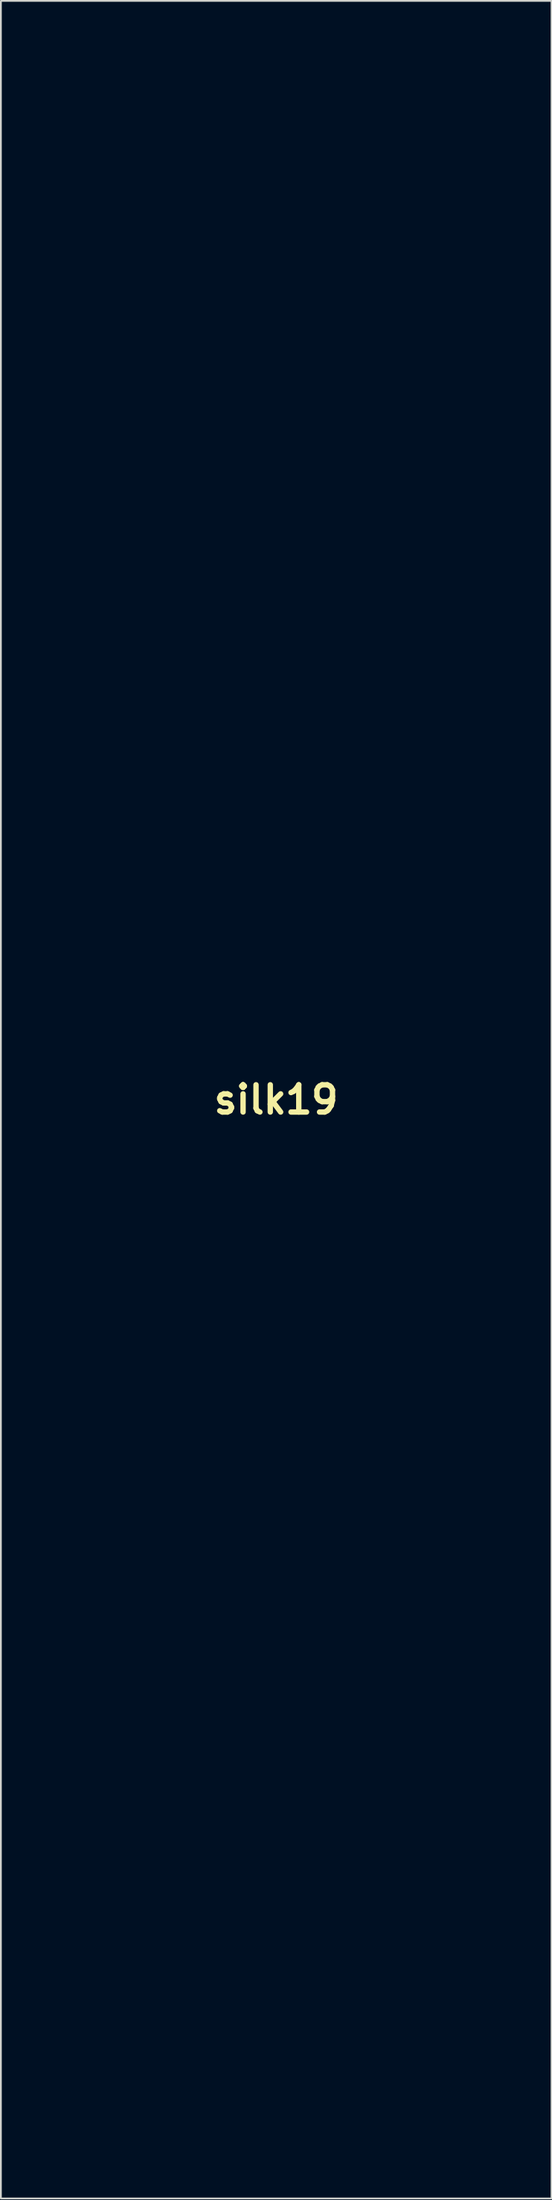
<source format=kicad_pcb>
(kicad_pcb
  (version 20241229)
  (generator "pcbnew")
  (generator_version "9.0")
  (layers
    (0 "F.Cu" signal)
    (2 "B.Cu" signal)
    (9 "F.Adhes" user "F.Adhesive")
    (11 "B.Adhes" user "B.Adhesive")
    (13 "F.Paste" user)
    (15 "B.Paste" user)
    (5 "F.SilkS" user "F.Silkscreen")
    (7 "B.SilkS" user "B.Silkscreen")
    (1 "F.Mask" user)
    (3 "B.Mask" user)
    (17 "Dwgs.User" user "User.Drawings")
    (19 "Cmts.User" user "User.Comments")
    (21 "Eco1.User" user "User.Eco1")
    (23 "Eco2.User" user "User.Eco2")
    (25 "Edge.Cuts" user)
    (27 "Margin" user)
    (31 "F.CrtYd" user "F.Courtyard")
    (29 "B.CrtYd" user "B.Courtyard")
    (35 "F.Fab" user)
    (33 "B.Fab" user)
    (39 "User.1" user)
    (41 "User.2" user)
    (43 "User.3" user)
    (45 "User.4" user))
  (footprint "silk19"
    (layer "F.Cu")
    (at 12.412 58.444)
    (property "Reference" "silk19" (at 0 0 0) (layer "F.SilkS") (effects (font (size 1.524 1.524) (thickness 0.3))))
    (attr through_hole)
    (fp_poly (pts (xy 10.651 -56.059) (xy 8.763 -56.059) (xy 8.763 -56.314) (xy 10.651 -56.314) (xy 10.651 -56.059)) (stroke (width 0.01) (type solid)) (fill no) (layer "Eco2.User"))
    (fp_poly (pts (xy -0.661 -26.694) (xy -0.472 -26.694) (xy -0.472 -26.902) (xy -0.472 -26.978) (xy -0.471 -27.037) (xy -0.468 -27.083) (xy -0.464 -27.116) (xy -0.457 -27.14) (xy -0.449 -27.156) (xy -0.437 -27.168) (xy -0.425 -27.175) (xy -0.387 -27.185) (xy -0.348 -27.18) (xy -0.313 -27.159) (xy -0.311 -27.157) (xy -0.283 -27.129) (xy -0.283 -26.56) (xy -0.338 -26.505) (xy -1.182 -26.505) (xy -1.209 -26.532) (xy -1.232 -26.567) (xy -1.238 -26.606) (xy -1.227 -26.644) (xy -1.214 -26.662) (xy -1.191 -26.689) (xy -1.023 -26.694) (xy -0.855 -26.698) (xy -0.852 -27.258) (xy -0.85 -27.817) (xy -1.006 -27.817) (xy -1.073 -27.818) (xy -1.124 -27.82) (xy -1.161 -27.824) (xy -1.188 -27.831) (xy -1.206 -27.841) (xy -1.219 -27.856) (xy -1.226 -27.869) (xy -1.236 -27.911) (xy -1.228 -27.95) (xy -1.202 -27.984) (xy -1.196 -27.989) (xy -1.188 -27.994) (xy -1.177 -27.998) (xy -1.16 -28.001) (xy -1.136 -28.003) (xy -1.101 -28.004) (xy -1.054 -28.005) (xy -0.993 -28.006) (xy -0.918 -28.006) (xy -0.661 -28.006) (xy -0.661 -26.694)) (stroke (width 0.01) (type solid)) (fill no) (layer "Eco2.User"))
    (fp_poly (pts (xy 4.468 24.712) (xy 4.477 24.714) (xy 4.485 24.717) (xy 4.494 24.723) (xy 4.503 24.735) (xy 4.516 24.754) (xy 4.531 24.782) (xy 4.552 24.821) (xy 4.578 24.872) (xy 4.611 24.937) (xy 4.63 24.975) (xy 4.761 25.235) (xy 4.761 25.305) (xy 4.762 25.375) (xy 4.63 25.635) (xy 4.499 25.896) (xy 4.466 25.899) (xy 4.434 25.896) (xy 4.417 25.884) (xy 4.409 25.872) (xy 4.394 25.844) (xy 4.373 25.805) (xy 4.347 25.755) (xy 4.318 25.699) (xy 4.287 25.636) (xy 4.284 25.63) (xy 4.245 25.55) (xy 4.213 25.485) (xy 4.19 25.432) (xy 4.173 25.389) (xy 4.162 25.353) (xy 4.157 25.323) (xy 4.156 25.295) (xy 4.16 25.268) (xy 4.167 25.239) (xy 4.169 25.234) (xy 4.177 25.212) (xy 4.192 25.176) (xy 4.213 25.131) (xy 4.237 25.078) (xy 4.265 25.021) (xy 4.293 24.962) (xy 4.322 24.904) (xy 4.35 24.85) (xy 4.375 24.802) (xy 4.396 24.763) (xy 4.412 24.735) (xy 4.422 24.722) (xy 4.422 24.721) (xy 4.441 24.714) (xy 4.467 24.712) (xy 4.468 24.712)) (stroke (width 0.01) (type solid)) (fill no) (layer "Eco2.User"))
    (fp_poly (pts (xy -7.901 -9.176) (xy -7.899 -8.522) (xy -7.71 -8.522) (xy -7.707 -8.74) (xy -7.705 -8.959) (xy -7.68 -8.983) (xy -7.649 -9.002) (xy -7.611 -9.009) (xy -7.574 -9.003) (xy -7.563 -8.998) (xy -7.55 -8.99) (xy -7.54 -8.98) (xy -7.532 -8.966) (xy -7.526 -8.945) (xy -7.522 -8.916) (xy -7.519 -8.876) (xy -7.517 -8.824) (xy -7.516 -8.758) (xy -7.516 -8.675) (xy -7.516 -8.663) (xy -7.516 -8.392) (xy -7.58 -8.328) (xy -8.412 -8.328) (xy -8.44 -8.352) (xy -8.467 -8.385) (xy -8.476 -8.423) (xy -8.469 -8.463) (xy -8.466 -8.468) (xy -8.45 -8.491) (xy -8.433 -8.507) (xy -8.433 -8.507) (xy -8.417 -8.511) (xy -8.385 -8.514) (xy -8.341 -8.516) (xy -8.287 -8.517) (xy -8.253 -8.517) (xy -8.092 -8.517) (xy -8.092 -9.641) (xy -8.244 -9.641) (xy -8.311 -9.641) (xy -8.362 -9.644) (xy -8.399 -9.648) (xy -8.426 -9.656) (xy -8.444 -9.667) (xy -8.457 -9.682) (xy -8.46 -9.687) (xy -8.47 -9.724) (xy -8.465 -9.764) (xy -8.446 -9.8) (xy -8.445 -9.8) (xy -8.421 -9.83) (xy -7.903 -9.83) (xy -7.901 -9.176)) (stroke (width 0.01) (type solid)) (fill no) (layer "Eco2.User"))
    (fp_poly (pts (xy -1.95 -58.424) (xy -1.939 -58.419) (xy -1.929 -58.415) (xy -1.92 -58.41) (xy -1.913 -58.404) (xy -1.906 -58.395) (xy -1.901 -58.382) (xy -1.896 -58.364) (xy -1.893 -58.339) (xy -1.89 -58.307) (xy -1.887 -58.266) (xy -1.885 -58.216) (xy -1.884 -58.154) (xy -1.883 -58.081) (xy -1.882 -57.994) (xy -1.881 -57.892) (xy -1.88 -57.775) (xy -1.88 -57.641) (xy -1.879 -57.528) (xy -1.874 -56.697) (xy -1.399 -56.692) (xy -0.924 -56.687) (xy -0.892 -56.652) (xy -0.871 -56.627) (xy -0.862 -56.604) (xy -0.859 -56.574) (xy -0.859 -56.568) (xy -0.861 -56.538) (xy -0.868 -56.517) (xy -0.884 -56.496) (xy -0.896 -56.483) (xy -0.933 -56.447) (xy -2.134 -56.447) (xy -2.132 -57.398) (xy -2.131 -57.554) (xy -2.131 -57.691) (xy -2.131 -57.813) (xy -2.13 -57.918) (xy -2.129 -58.009) (xy -2.129 -58.087) (xy -2.128 -58.152) (xy -2.127 -58.207) (xy -2.126 -58.251) (xy -2.125 -58.286) (xy -2.124 -58.314) (xy -2.122 -58.335) (xy -2.12 -58.35) (xy -2.118 -58.361) (xy -2.116 -58.369) (xy -2.113 -58.374) (xy -2.113 -58.375) (xy -2.079 -58.411) (xy -2.038 -58.431) (xy -1.993 -58.436) (xy -1.95 -58.424)) (stroke (width 0.01) (type solid)) (fill no) (layer "Eco2.User"))
    (fp_poly (pts (xy -7.572 11.074) (xy -7.541 11.094) (xy -7.524 11.125) (xy -7.522 11.164) (xy -7.533 11.201) (xy -7.541 11.217) (xy -7.558 11.247) (xy -7.583 11.291) (xy -7.614 11.345) (xy -7.651 11.409) (xy -7.693 11.481) (xy -7.739 11.56) (xy -7.789 11.644) (xy -7.84 11.732) (xy -7.893 11.822) (xy -7.947 11.913) (xy -8 12.002) (xy -8.052 12.09) (xy -8.101 12.173) (xy -8.148 12.252) (xy -8.191 12.323) (xy -8.229 12.386) (xy -8.261 12.44) (xy -8.287 12.482) (xy -8.305 12.511) (xy -8.315 12.526) (xy -8.317 12.528) (xy -8.345 12.538) (xy -8.38 12.535) (xy -8.411 12.521) (xy -8.442 12.493) (xy -8.455 12.458) (xy -8.452 12.422) (xy -8.447 12.41) (xy -8.432 12.384) (xy -8.41 12.344) (xy -8.381 12.293) (xy -8.345 12.231) (xy -8.305 12.161) (xy -8.26 12.084) (xy -8.212 12.001) (xy -8.161 11.913) (xy -8.108 11.823) (xy -8.055 11.732) (xy -8.002 11.642) (xy -7.95 11.553) (xy -7.9 11.468) (xy -7.852 11.388) (xy -7.809 11.314) (xy -7.769 11.248) (xy -7.735 11.191) (xy -7.708 11.146) (xy -7.688 11.113) (xy -7.675 11.093) (xy -7.675 11.092) (xy -7.659 11.075) (xy -7.639 11.068) (xy -7.616 11.066) (xy -7.572 11.074)) (stroke (width 0.01) (type solid)) (fill no) (layer "Eco2.User"))
    (fp_poly (pts (xy -8.984 -9.828) (xy -8.951 -9.818) (xy -8.924 -9.804) (xy -8.91 -9.787) (xy -8.904 -9.754) (xy -8.907 -9.716) (xy -8.916 -9.683) (xy -8.917 -9.68) (xy -8.928 -9.66) (xy -8.948 -9.626) (xy -8.974 -9.58) (xy -9.007 -9.524) (xy -9.046 -9.457) (xy -9.089 -9.384) (xy -9.137 -9.303) (xy -9.187 -9.218) (xy -9.239 -9.13) (xy -9.293 -9.039) (xy -9.347 -8.948) (xy -9.4 -8.859) (xy -9.453 -8.771) (xy -9.502 -8.688) (xy -9.549 -8.61) (xy -9.591 -8.539) (xy -9.629 -8.477) (xy -9.661 -8.424) (xy -9.686 -8.383) (xy -9.704 -8.355) (xy -9.713 -8.341) (xy -9.714 -8.34) (xy -9.741 -8.33) (xy -9.775 -8.331) (xy -9.808 -8.342) (xy -9.813 -8.345) (xy -9.841 -8.372) (xy -9.855 -8.408) (xy -9.855 -8.441) (xy -9.849 -8.452) (xy -9.835 -8.479) (xy -9.813 -8.518) (xy -9.784 -8.57) (xy -9.749 -8.631) (xy -9.708 -8.702) (xy -9.663 -8.779) (xy -9.614 -8.863) (xy -9.563 -8.951) (xy -9.51 -9.042) (xy -9.456 -9.134) (xy -9.402 -9.226) (xy -9.348 -9.317) (xy -9.296 -9.404) (xy -9.247 -9.488) (xy -9.201 -9.565) (xy -9.159 -9.635) (xy -9.122 -9.696) (xy -9.091 -9.747) (xy -9.067 -9.785) (xy -9.051 -9.811) (xy -9.043 -9.822) (xy -9.043 -9.822) (xy -9.017 -9.83) (xy -8.984 -9.828)) (stroke (width 0.01) (type solid)) (fill no) (layer "Eco2.User"))
    (fp_poly (pts (xy -7.956 -25.903) (xy -7.922 -25.889) (xy -7.906 -25.876) (xy -7.897 -25.867) (xy -7.89 -25.858) (xy -7.885 -25.848) (xy -7.883 -25.836) (xy -7.884 -25.822) (xy -7.888 -25.803) (xy -7.897 -25.779) (xy -7.911 -25.749) (xy -7.929 -25.711) (xy -7.954 -25.665) (xy -7.985 -25.609) (xy -8.022 -25.543) (xy -8.067 -25.466) (xy -8.12 -25.376) (xy -8.181 -25.272) (xy -8.251 -25.153) (xy -8.28 -25.103) (xy -8.341 -25) (xy -8.399 -24.901) (xy -8.455 -24.809) (xy -8.506 -24.723) (xy -8.553 -24.645) (xy -8.594 -24.577) (xy -8.629 -24.519) (xy -8.658 -24.473) (xy -8.678 -24.441) (xy -8.691 -24.423) (xy -8.693 -24.42) (xy -8.716 -24.404) (xy -8.74 -24.401) (xy -8.769 -24.41) (xy -8.781 -24.416) (xy -8.816 -24.441) (xy -8.834 -24.475) (xy -8.835 -24.513) (xy -8.829 -24.526) (xy -8.814 -24.554) (xy -8.792 -24.595) (xy -8.762 -24.648) (xy -8.727 -24.711) (xy -8.686 -24.782) (xy -8.64 -24.861) (xy -8.591 -24.945) (xy -8.539 -25.034) (xy -8.486 -25.126) (xy -8.431 -25.218) (xy -8.377 -25.311) (xy -8.323 -25.402) (xy -8.27 -25.489) (xy -8.221 -25.572) (xy -8.175 -25.649) (xy -8.133 -25.718) (xy -8.096 -25.779) (xy -8.065 -25.828) (xy -8.041 -25.866) (xy -8.025 -25.89) (xy -8.017 -25.899) (xy -7.99 -25.907) (xy -7.956 -25.903)) (stroke (width 0.01) (type solid)) (fill no) (layer "Eco2.User"))
    (fp_poly (pts (xy 2.338 -34.933) (xy 2.358 -34.911) (xy 2.367 -34.89) (xy 2.37 -34.862) (xy 2.37 -34.852) (xy 2.368 -34.82) (xy 2.361 -34.798) (xy 2.345 -34.777) (xy 2.338 -34.771) (xy 2.306 -34.739) (xy 1.445 -34.739) (xy 1.445 -34.172) (xy 1.634 -34.172) (xy 1.703 -34.172) (xy 1.755 -34.171) (xy 1.794 -34.169) (xy 1.821 -34.166) (xy 1.84 -34.162) (xy 1.851 -34.158) (xy 1.882 -34.132) (xy 1.901 -34.095) (xy 1.907 -34.053) (xy 1.897 -34.011) (xy 1.893 -34.002) (xy 1.883 -33.984) (xy 1.872 -33.97) (xy 1.858 -33.96) (xy 1.838 -33.953) (xy 1.809 -33.949) (xy 1.769 -33.947) (xy 1.716 -33.946) (xy 1.646 -33.945) (xy 1.445 -33.945) (xy 1.445 -33.379) (xy 1.86 -33.379) (xy 1.961 -33.379) (xy 2.051 -33.378) (xy 2.13 -33.377) (xy 2.195 -33.376) (xy 2.246 -33.374) (xy 2.281 -33.372) (xy 2.298 -33.37) (xy 2.299 -33.369) (xy 2.338 -33.346) (xy 2.361 -33.311) (xy 2.37 -33.265) (xy 2.37 -33.261) (xy 2.362 -33.214) (xy 2.34 -33.178) (xy 2.302 -33.153) (xy 2.299 -33.152) (xy 2.284 -33.15) (xy 2.251 -33.148) (xy 2.201 -33.147) (xy 2.136 -33.145) (xy 2.055 -33.144) (xy 1.961 -33.143) (xy 1.853 -33.143) (xy 1.742 -33.143) (xy 1.209 -33.143) (xy 1.209 -34.965) (xy 2.306 -34.965) (xy 2.338 -34.933)) (stroke (width 0.01) (type solid)) (fill no) (layer "Eco2.User"))
    (fp_poly (pts (xy -11.139 -15.511) (xy -11.106 -15.499) (xy -11.077 -15.48) (xy -11.061 -15.454) (xy -11.061 -15.452) (xy -11.058 -15.424) (xy -11.06 -15.402) (xy -11.066 -15.39) (xy -11.08 -15.364) (xy -11.102 -15.324) (xy -11.131 -15.273) (xy -11.166 -15.211) (xy -11.207 -15.141) (xy -11.252 -15.063) (xy -11.3 -14.979) (xy -11.352 -14.892) (xy -11.405 -14.801) (xy -11.459 -14.709) (xy -11.513 -14.616) (xy -11.566 -14.526) (xy -11.618 -14.438) (xy -11.668 -14.355) (xy -11.714 -14.277) (xy -11.756 -14.208) (xy -11.792 -14.147) (xy -11.823 -14.096) (xy -11.847 -14.057) (xy -11.864 -14.031) (xy -11.871 -14.02) (xy -11.872 -14.02) (xy -11.899 -14.012) (xy -11.934 -14.015) (xy -11.968 -14.027) (xy -11.982 -14.037) (xy -12.002 -14.059) (xy -12.01 -14.083) (xy -12.011 -14.099) (xy -12.007 -14.132) (xy -11.996 -14.164) (xy -11.995 -14.166) (xy -11.984 -14.186) (xy -11.965 -14.22) (xy -11.938 -14.266) (xy -11.905 -14.323) (xy -11.867 -14.389) (xy -11.823 -14.463) (xy -11.776 -14.543) (xy -11.726 -14.628) (xy -11.673 -14.716) (xy -11.62 -14.806) (xy -11.566 -14.897) (xy -11.512 -14.987) (xy -11.46 -15.074) (xy -11.411 -15.157) (xy -11.364 -15.234) (xy -11.322 -15.305) (xy -11.284 -15.367) (xy -11.253 -15.419) (xy -11.228 -15.46) (xy -11.211 -15.488) (xy -11.202 -15.501) (xy -11.201 -15.502) (xy -11.173 -15.513) (xy -11.139 -15.511)) (stroke (width 0.01) (type solid)) (fill no) (layer "Eco2.User"))
    (fp_poly (pts (xy -10.4 -21.046) (xy -10.37 -21.019) (xy -10.359 -21.003) (xy -10.356 -20.988) (xy -10.354 -20.958) (xy -10.352 -20.911) (xy -10.35 -20.847) (xy -10.349 -20.765) (xy -10.349 -20.666) (xy -10.349 -20.609) (xy -10.349 -20.235) (xy -9.971 -20.235) (xy -9.971 -20.522) (xy -9.971 -20.596) (xy -9.97 -20.665) (xy -9.969 -20.725) (xy -9.967 -20.774) (xy -9.965 -20.81) (xy -9.963 -20.831) (xy -9.962 -20.834) (xy -9.942 -20.863) (xy -9.912 -20.881) (xy -9.877 -20.889) (xy -9.842 -20.884) (xy -9.812 -20.868) (xy -9.793 -20.843) (xy -9.789 -20.825) (xy -9.786 -20.788) (xy -9.784 -20.732) (xy -9.783 -20.659) (xy -9.782 -20.567) (xy -9.782 -20.532) (xy -9.782 -20.245) (xy -9.75 -20.231) (xy -9.715 -20.208) (xy -9.694 -20.176) (xy -9.687 -20.139) (xy -9.695 -20.102) (xy -9.715 -20.074) (xy -9.738 -20.056) (xy -9.758 -20.047) (xy -9.763 -20.046) (xy -9.769 -20.046) (xy -9.774 -20.043) (xy -9.777 -20.035) (xy -9.78 -20.019) (xy -9.781 -19.995) (xy -9.782 -19.959) (xy -9.782 -19.909) (xy -9.782 -19.842) (xy -9.782 -19.828) (xy -9.782 -19.61) (xy -9.81 -19.583) (xy -9.845 -19.56) (xy -9.883 -19.554) (xy -9.922 -19.565) (xy -9.94 -19.578) (xy -9.966 -19.601) (xy -9.969 -19.823) (xy -9.972 -20.046) (xy -10.548 -20.046) (xy -10.542 -21.001) (xy -10.512 -21.029) (xy -10.475 -21.051) (xy -10.436 -21.056) (xy -10.4 -21.046)) (stroke (width 0.01) (type solid)) (fill no) (layer "Eco2.User"))
    (fp_poly (pts (xy -11.074 -21.052) (xy -11.037 -21.035) (xy -11.019 -21.021) (xy -11.009 -21.006) (xy -11.006 -20.985) (xy -11.006 -20.962) (xy -11.006 -20.952) (xy -11.007 -20.942) (xy -11.01 -20.931) (xy -11.015 -20.917) (xy -11.022 -20.9) (xy -11.032 -20.878) (xy -11.047 -20.85) (xy -11.066 -20.815) (xy -11.09 -20.773) (xy -11.12 -20.72) (xy -11.156 -20.658) (xy -11.199 -20.584) (xy -11.25 -20.498) (xy -11.309 -20.398) (xy -11.377 -20.283) (xy -11.396 -20.249) (xy -11.457 -20.147) (xy -11.515 -20.048) (xy -11.57 -19.956) (xy -11.621 -19.871) (xy -11.667 -19.794) (xy -11.707 -19.726) (xy -11.742 -19.669) (xy -11.769 -19.624) (xy -11.789 -19.593) (xy -11.8 -19.575) (xy -11.802 -19.573) (xy -11.831 -19.554) (xy -11.869 -19.553) (xy -11.885 -19.556) (xy -11.916 -19.572) (xy -11.941 -19.599) (xy -11.953 -19.628) (xy -11.954 -19.637) (xy -11.95 -19.662) (xy -11.941 -19.69) (xy -11.941 -19.69) (xy -11.933 -19.706) (xy -11.917 -19.736) (xy -11.893 -19.778) (xy -11.862 -19.832) (xy -11.825 -19.896) (xy -11.783 -19.968) (xy -11.736 -20.047) (xy -11.687 -20.131) (xy -11.635 -20.219) (xy -11.581 -20.31) (xy -11.527 -20.401) (xy -11.473 -20.492) (xy -11.42 -20.581) (xy -11.369 -20.666) (xy -11.321 -20.746) (xy -11.277 -20.819) (xy -11.238 -20.885) (xy -11.203 -20.941) (xy -11.176 -20.986) (xy -11.156 -21.018) (xy -11.143 -21.036) (xy -11.141 -21.04) (xy -11.11 -21.055) (xy -11.074 -21.052)) (stroke (width 0.01) (type solid)) (fill no) (layer "Eco2.User"))
    (fp_poly (pts (xy -9.216 12.351) (xy -9.036 12.351) (xy -9.036 12.154) (xy -9.036 12.086) (xy -9.034 12.027) (xy -9.032 11.979) (xy -9.029 11.945) (xy -9.026 11.928) (xy -9.006 11.895) (xy -8.976 11.875) (xy -8.94 11.869) (xy -8.904 11.877) (xy -8.875 11.897) (xy -8.848 11.924) (xy -8.848 12.199) (xy -8.848 12.284) (xy -8.848 12.352) (xy -8.849 12.405) (xy -8.852 12.445) (xy -8.856 12.474) (xy -8.862 12.495) (xy -8.87 12.509) (xy -8.881 12.518) (xy -8.895 12.525) (xy -8.906 12.529) (xy -8.923 12.532) (xy -8.955 12.534) (xy -9.002 12.536) (xy -9.06 12.537) (xy -9.126 12.538) (xy -9.199 12.539) (xy -9.276 12.539) (xy -9.354 12.539) (xy -9.43 12.539) (xy -9.503 12.538) (xy -9.57 12.537) (xy -9.628 12.535) (xy -9.675 12.534) (xy -9.708 12.532) (xy -9.725 12.529) (xy -9.726 12.529) (xy -9.758 12.507) (xy -9.777 12.472) (xy -9.782 12.439) (xy -9.779 12.409) (xy -9.768 12.389) (xy -9.753 12.375) (xy -9.742 12.366) (xy -9.731 12.36) (xy -9.717 12.355) (xy -9.697 12.353) (xy -9.667 12.351) (xy -9.625 12.351) (xy -9.567 12.351) (xy -9.404 12.351) (xy -9.407 11.801) (xy -9.409 11.251) (xy -9.572 11.246) (xy -9.631 11.244) (xy -9.675 11.242) (xy -9.705 11.24) (xy -9.726 11.237) (xy -9.74 11.232) (xy -9.75 11.226) (xy -9.756 11.22) (xy -9.774 11.189) (xy -9.779 11.153) (xy -9.771 11.117) (xy -9.751 11.089) (xy -9.725 11.066) (xy -9.216 11.066) (xy -9.216 12.351)) (stroke (width 0.01) (type solid)) (fill no) (layer "Eco2.User"))
    (fp_poly (pts (xy -6.825 -9.829) (xy -6.797 -9.828) (xy -6.779 -9.823) (xy -6.765 -9.816) (xy -6.752 -9.803) (xy -6.751 -9.802) (xy -6.729 -9.769) (xy -6.723 -9.732) (xy -6.732 -9.697) (xy -6.753 -9.667) (xy -6.786 -9.647) (xy -6.793 -9.645) (xy -6.817 -9.639) (xy -6.817 -9.018) (xy -6.463 -9.015) (xy -6.108 -9.013) (xy -6.053 -8.951) (xy -6.053 -8.67) (xy -6.053 -8.587) (xy -6.053 -8.52) (xy -6.054 -8.467) (xy -6.057 -8.428) (xy -6.06 -8.398) (xy -6.065 -8.378) (xy -6.072 -8.363) (xy -6.082 -8.353) (xy -6.094 -8.345) (xy -6.106 -8.339) (xy -6.12 -8.336) (xy -6.149 -8.333) (xy -6.194 -8.331) (xy -6.256 -8.33) (xy -6.334 -8.329) (xy -6.431 -8.329) (xy -6.531 -8.329) (xy -6.632 -8.329) (xy -6.716 -8.329) (xy -6.784 -8.33) (xy -6.838 -8.331) (xy -6.88 -8.332) (xy -6.911 -8.334) (xy -6.934 -8.336) (xy -6.949 -8.339) (xy -6.959 -8.342) (xy -6.961 -8.343) (xy -6.983 -8.359) (xy -6.997 -8.375) (xy -6.999 -8.389) (xy -7.001 -8.421) (xy -7.002 -8.471) (xy -7.003 -8.541) (xy -7.005 -8.628) (xy -7.005 -8.733) (xy -7.006 -8.819) (xy -6.817 -8.819) (xy -6.817 -8.517) (xy -6.246 -8.522) (xy -6.244 -8.67) (xy -6.241 -8.819) (xy -6.817 -8.819) (xy -7.006 -8.819) (xy -7.006 -8.855) (xy -7.006 -8.996) (xy -7.006 -9.085) (xy -7.006 -9.777) (xy -6.981 -9.803) (xy -6.968 -9.815) (xy -6.955 -9.823) (xy -6.937 -9.827) (xy -6.91 -9.829) (xy -6.869 -9.83) (xy -6.867 -9.83) (xy -6.825 -9.829)) (stroke (width 0.01) (type solid)) (fill no) (layer "Eco2.User"))
    (fp_poly (pts (xy 8.478 -14.646) (xy 8.509 -14.622) (xy 8.528 -14.586) (xy 8.53 -14.578) (xy 8.531 -14.562) (xy 8.533 -14.529) (xy 8.534 -14.483) (xy 8.535 -14.424) (xy 8.535 -14.355) (xy 8.536 -14.279) (xy 8.536 -14.198) (xy 8.536 -14.191) (xy 8.536 -13.833) (xy 8.909 -13.838) (xy 8.914 -14.135) (xy 8.915 -14.209) (xy 8.917 -14.277) (xy 8.919 -14.337) (xy 8.921 -14.387) (xy 8.923 -14.424) (xy 8.926 -14.445) (xy 8.927 -14.45) (xy 8.944 -14.469) (xy 8.973 -14.485) (xy 9.004 -14.494) (xy 9.012 -14.494) (xy 9.034 -14.488) (xy 9.06 -14.473) (xy 9.067 -14.467) (xy 9.098 -14.439) (xy 9.102 -14.138) (xy 9.107 -13.838) (xy 9.128 -13.835) (xy 9.148 -13.826) (xy 9.169 -13.808) (xy 9.173 -13.803) (xy 9.193 -13.767) (xy 9.196 -13.729) (xy 9.183 -13.694) (xy 9.155 -13.665) (xy 9.139 -13.657) (xy 9.102 -13.641) (xy 9.102 -13.435) (xy 9.102 -13.36) (xy 9.101 -13.302) (xy 9.099 -13.258) (xy 9.095 -13.226) (xy 9.089 -13.203) (xy 9.08 -13.187) (xy 9.068 -13.175) (xy 9.054 -13.167) (xy 9.012 -13.154) (xy 8.974 -13.159) (xy 8.941 -13.181) (xy 8.914 -13.208) (xy 8.914 -13.644) (xy 8.338 -13.644) (xy 8.338 -14.112) (xy 8.338 -14.221) (xy 8.338 -14.312) (xy 8.338 -14.387) (xy 8.339 -14.448) (xy 8.34 -14.497) (xy 8.341 -14.535) (xy 8.343 -14.563) (xy 8.345 -14.583) (xy 8.348 -14.597) (xy 8.351 -14.606) (xy 8.352 -14.608) (xy 8.373 -14.636) (xy 8.402 -14.651) (xy 8.44 -14.655) (xy 8.478 -14.646)) (stroke (width 0.01) (type solid)) (fill no) (layer "Eco2.User"))
    (fp_poly (pts (xy -7.7 24.494) (xy -7.433 25.1) (xy -7.389 25.201) (xy -7.346 25.298) (xy -7.306 25.388) (xy -7.27 25.47) (xy -7.237 25.543) (xy -7.21 25.605) (xy -7.187 25.656) (xy -7.17 25.693) (xy -7.16 25.715) (xy -7.157 25.721) (xy -7.155 25.715) (xy -7.153 25.69) (xy -7.152 25.648) (xy -7.151 25.588) (xy -7.15 25.512) (xy -7.149 25.419) (xy -7.148 25.31) (xy -7.148 25.186) (xy -7.148 25.145) (xy -7.148 25.024) (xy -7.148 24.921) (xy -7.147 24.834) (xy -7.147 24.761) (xy -7.146 24.702) (xy -7.145 24.654) (xy -7.144 24.617) (xy -7.143 24.589) (xy -7.141 24.568) (xy -7.139 24.554) (xy -7.136 24.544) (xy -7.133 24.538) (xy -7.131 24.535) (xy -7.098 24.506) (xy -7.059 24.494) (xy -7.019 24.497) (xy -6.982 24.518) (xy -6.979 24.521) (xy -6.95 24.548) (xy -6.95 26.108) (xy -7.219 26.108) (xy -7.486 25.497) (xy -7.531 25.395) (xy -7.573 25.299) (xy -7.613 25.209) (xy -7.649 25.127) (xy -7.682 25.054) (xy -7.71 24.991) (xy -7.732 24.941) (xy -7.749 24.904) (xy -7.759 24.882) (xy -7.763 24.876) (xy -7.764 24.884) (xy -7.766 24.909) (xy -7.767 24.951) (xy -7.768 25.007) (xy -7.769 25.078) (xy -7.77 25.162) (xy -7.771 25.257) (xy -7.771 25.363) (xy -7.771 25.455) (xy -7.771 26.042) (xy -7.797 26.071) (xy -7.829 26.094) (xy -7.867 26.105) (xy -7.904 26.101) (xy -7.909 26.099) (xy -7.929 26.086) (xy -7.949 26.066) (xy -7.949 26.065) (xy -7.969 26.04) (xy -7.969 24.494) (xy -7.7 24.494)) (stroke (width 0.01) (type solid)) (fill no) (layer "Eco2.User"))
    (fp_poly (pts (xy 0.68 -34.795) (xy 0.679 -34.726) (xy 0.678 -34.674) (xy 0.674 -34.634) (xy 0.669 -34.606) (xy 0.66 -34.586) (xy 0.647 -34.57) (xy 0.631 -34.557) (xy 0.629 -34.556) (xy 0.604 -34.546) (xy 0.572 -34.541) (xy 0.563 -34.54) (xy 0.518 -34.548) (xy 0.483 -34.572) (xy 0.458 -34.61) (xy 0.446 -34.661) (xy 0.444 -34.691) (xy 0.444 -34.739) (xy 0.217 -34.739) (xy 0.217 -33.992) (xy 0.217 -33.852) (xy 0.217 -33.729) (xy 0.217 -33.622) (xy 0.217 -33.531) (xy 0.216 -33.453) (xy 0.215 -33.389) (xy 0.213 -33.335) (xy 0.211 -33.292) (xy 0.209 -33.258) (xy 0.206 -33.232) (xy 0.202 -33.212) (xy 0.197 -33.198) (xy 0.191 -33.187) (xy 0.185 -33.18) (xy 0.177 -33.173) (xy 0.169 -33.168) (xy 0.167 -33.167) (xy 0.128 -33.15) (xy 0.085 -33.147) (xy 0.052 -33.156) (xy 0.025 -33.172) (xy 0.005 -33.19) (xy 0.001 -33.194) (xy -0.002 -33.199) (xy -0.004 -33.207) (xy -0.007 -33.219) (xy -0.008 -33.235) (xy -0.01 -33.257) (xy -0.012 -33.287) (xy -0.013 -33.326) (xy -0.014 -33.374) (xy -0.015 -33.434) (xy -0.016 -33.506) (xy -0.016 -33.592) (xy -0.017 -33.692) (xy -0.018 -33.809) (xy -0.019 -33.943) (xy -0.019 -33.972) (xy -0.024 -34.734) (xy -0.25 -34.734) (xy -0.255 -34.672) (xy -0.26 -34.637) (xy -0.266 -34.606) (xy -0.272 -34.59) (xy -0.297 -34.563) (xy -0.334 -34.546) (xy -0.375 -34.541) (xy -0.416 -34.55) (xy -0.425 -34.555) (xy -0.444 -34.566) (xy -0.458 -34.58) (xy -0.468 -34.599) (xy -0.475 -34.626) (xy -0.479 -34.663) (xy -0.481 -34.714) (xy -0.482 -34.78) (xy -0.482 -34.795) (xy -0.482 -34.965) (xy 0.68 -34.965) (xy 0.68 -34.795)) (stroke (width 0.01) (type solid)) (fill no) (layer "Eco2.User"))
    (fp_poly (pts (xy -4.17 11.069) (xy -3.779 11.071) (xy -3.742 11.1) (xy -3.715 11.127) (xy -3.69 11.161) (xy -3.685 11.171) (xy -3.679 11.183) (xy -3.674 11.196) (xy -3.67 11.212) (xy -3.667 11.232) (xy -3.666 11.26) (xy -3.664 11.297) (xy -3.664 11.347) (xy -3.664 11.41) (xy -3.664 11.477) (xy -3.664 11.555) (xy -3.664 11.617) (xy -3.665 11.664) (xy -3.666 11.7) (xy -3.668 11.726) (xy -3.671 11.745) (xy -3.674 11.76) (xy -3.68 11.773) (xy -3.685 11.784) (xy -3.706 11.816) (xy -3.734 11.847) (xy -3.742 11.854) (xy -3.779 11.883) (xy -4.099 11.886) (xy -4.419 11.889) (xy -4.419 12.351) (xy -4.074 12.351) (xy -3.975 12.351) (xy -3.89 12.352) (xy -3.821 12.353) (xy -3.767 12.355) (xy -3.731 12.357) (xy -3.712 12.36) (xy -3.71 12.36) (xy -3.69 12.38) (xy -3.673 12.41) (xy -3.664 12.442) (xy -3.664 12.449) (xy -3.67 12.471) (xy -3.685 12.497) (xy -3.691 12.504) (xy -3.719 12.535) (xy -4.163 12.537) (xy -4.608 12.54) (xy -4.608 12.207) (xy -4.608 12.114) (xy -4.607 12.032) (xy -4.605 11.962) (xy -4.603 11.905) (xy -4.601 11.865) (xy -4.599 11.841) (xy -4.598 11.838) (xy -4.58 11.799) (xy -4.549 11.759) (xy -4.513 11.728) (xy -4.5 11.72) (xy -4.49 11.715) (xy -4.476 11.712) (xy -4.457 11.709) (xy -4.43 11.707) (xy -4.394 11.705) (xy -4.345 11.703) (xy -4.283 11.702) (xy -4.205 11.701) (xy -4.162 11.701) (xy -3.852 11.698) (xy -3.855 11.474) (xy -3.857 11.251) (xy -4.215 11.246) (xy -4.572 11.241) (xy -4.59 11.219) (xy -4.605 11.187) (xy -4.608 11.149) (xy -4.599 11.112) (xy -4.584 11.089) (xy -4.561 11.066) (xy -4.17 11.069)) (stroke (width 0.01) (type solid)) (fill no) (layer "Eco2.User"))
    (fp_poly (pts (xy 5.853 -25.908) (xy 5.93 -25.907) (xy 5.989 -25.906) (xy 6.03 -25.903) (xy 6.052 -25.901) (xy 6.053 -25.9) (xy 6.097 -25.88) (xy 6.138 -25.847) (xy 6.17 -25.805) (xy 6.177 -25.792) (xy 6.182 -25.779) (xy 6.186 -25.764) (xy 6.189 -25.744) (xy 6.191 -25.717) (xy 6.192 -25.681) (xy 6.193 -25.633) (xy 6.194 -25.571) (xy 6.194 -25.492) (xy 6.194 -25.487) (xy 6.194 -25.402) (xy 6.193 -25.334) (xy 6.192 -25.28) (xy 6.189 -25.239) (xy 6.185 -25.206) (xy 6.178 -25.182) (xy 6.17 -25.162) (xy 6.159 -25.145) (xy 6.144 -25.128) (xy 6.139 -25.123) (xy 6.124 -25.107) (xy 6.109 -25.094) (xy 6.092 -25.083) (xy 6.071 -25.075) (xy 6.044 -25.069) (xy 6.01 -25.065) (xy 5.965 -25.063) (xy 5.909 -25.061) (xy 5.838 -25.061) (xy 5.75 -25.06) (xy 5.729 -25.06) (xy 5.42 -25.06) (xy 5.42 -24.598) (xy 5.78 -24.595) (xy 6.139 -24.593) (xy 6.168 -24.561) (xy 6.186 -24.538) (xy 6.193 -24.517) (xy 6.191 -24.49) (xy 6.191 -24.49) (xy 6.178 -24.45) (xy 6.161 -24.43) (xy 6.136 -24.409) (xy 5.231 -24.409) (xy 5.231 -24.746) (xy 5.231 -24.848) (xy 5.232 -24.936) (xy 5.234 -25.008) (xy 5.236 -25.063) (xy 5.239 -25.102) (xy 5.242 -25.121) (xy 5.262 -25.164) (xy 5.296 -25.202) (xy 5.339 -25.232) (xy 5.382 -25.248) (xy 5.406 -25.251) (xy 5.448 -25.254) (xy 5.504 -25.256) (xy 5.572 -25.257) (xy 5.652 -25.258) (xy 5.713 -25.258) (xy 5.996 -25.258) (xy 5.996 -25.721) (xy 5.641 -25.721) (xy 5.532 -25.721) (xy 5.442 -25.722) (xy 5.37 -25.724) (xy 5.317 -25.726) (xy 5.283 -25.728) (xy 5.267 -25.731) (xy 5.248 -25.75) (xy 5.233 -25.781) (xy 5.225 -25.814) (xy 5.226 -25.834) (xy 5.237 -25.859) (xy 5.256 -25.883) (xy 5.256 -25.883) (xy 5.28 -25.905) (xy 5.647 -25.908) (xy 5.759 -25.908) (xy 5.853 -25.908)) (stroke (width 0.01) (type solid)) (fill no) (layer "Eco2.User"))
    (fp_poly (pts (xy -8.703 24.494) (xy -8.629 24.494) (xy -8.57 24.495) (xy -8.523 24.497) (xy -8.487 24.499) (xy -8.46 24.502) (xy -8.44 24.507) (xy -8.426 24.513) (xy -8.417 24.521) (xy -8.409 24.531) (xy -8.403 24.542) (xy -8.399 24.55) (xy -8.387 24.58) (xy -8.387 24.606) (xy -8.399 24.638) (xy -8.4 24.64) (xy -8.411 24.66) (xy -8.426 24.676) (xy -8.447 24.687) (xy -8.477 24.694) (xy -8.517 24.699) (xy -8.571 24.701) (xy -8.639 24.701) (xy -8.8 24.701) (xy -8.8 25.9) (xy -8.633 25.901) (xy -8.565 25.901) (xy -8.514 25.903) (xy -8.476 25.906) (xy -8.449 25.912) (xy -8.429 25.921) (xy -8.416 25.934) (xy -8.404 25.952) (xy -8.4 25.961) (xy -8.389 25.987) (xy -8.387 26.007) (xy -8.394 26.031) (xy -8.395 26.036) (xy -8.415 26.071) (xy -8.441 26.091) (xy -8.45 26.095) (xy -8.461 26.098) (xy -8.475 26.101) (xy -8.494 26.103) (xy -8.52 26.105) (xy -8.555 26.106) (xy -8.601 26.107) (xy -8.658 26.107) (xy -8.73 26.108) (xy -8.817 26.108) (xy -8.904 26.108) (xy -8.993 26.107) (xy -9.077 26.107) (xy -9.153 26.106) (xy -9.22 26.105) (xy -9.275 26.103) (xy -9.318 26.102) (xy -9.345 26.1) (xy -9.354 26.099) (xy -9.383 26.078) (xy -9.403 26.046) (xy -9.413 26.008) (xy -9.411 25.971) (xy -9.397 25.942) (xy -9.384 25.928) (xy -9.37 25.917) (xy -9.351 25.91) (xy -9.324 25.905) (xy -9.287 25.902) (xy -9.237 25.901) (xy -9.171 25.9) (xy -9.169 25.9) (xy -8.999 25.9) (xy -8.999 24.702) (xy -9.359 24.697) (xy -9.387 24.666) (xy -9.409 24.629) (xy -9.415 24.589) (xy -9.406 24.551) (xy -9.382 24.519) (xy -9.36 24.504) (xy -9.347 24.501) (xy -9.319 24.499) (xy -9.275 24.497) (xy -9.214 24.496) (xy -9.137 24.494) (xy -9.042 24.494) (xy -8.929 24.494) (xy -8.897 24.494) (xy -8.791 24.494) (xy -8.703 24.494)) (stroke (width 0.01) (type solid)) (fill no) (layer "Eco2.User"))
    (fp_poly (pts (xy -6.83 -25.908) (xy -6.755 -25.907) (xy -6.698 -25.906) (xy -6.656 -25.904) (xy -6.631 -25.901) (xy -6.626 -25.9) (xy -6.586 -25.881) (xy -6.548 -25.85) (xy -6.516 -25.812) (xy -6.498 -25.773) (xy -6.497 -25.773) (xy -6.494 -25.751) (xy -6.492 -25.714) (xy -6.49 -25.665) (xy -6.488 -25.606) (xy -6.487 -25.541) (xy -6.487 -25.474) (xy -6.487 -25.407) (xy -6.488 -25.345) (xy -6.49 -25.289) (xy -6.492 -25.243) (xy -6.495 -25.211) (xy -6.497 -25.199) (xy -6.517 -25.157) (xy -6.55 -25.117) (xy -6.59 -25.085) (xy -6.605 -25.078) (xy -6.617 -25.073) (xy -6.631 -25.069) (xy -6.649 -25.066) (xy -6.674 -25.064) (xy -6.708 -25.062) (xy -6.752 -25.061) (xy -6.809 -25.061) (xy -6.881 -25.06) (xy -6.952 -25.06) (xy -7.261 -25.06) (xy -7.261 -24.598) (xy -6.903 -24.595) (xy -6.545 -24.593) (xy -6.521 -24.57) (xy -6.499 -24.539) (xy -6.491 -24.502) (xy -6.496 -24.466) (xy -6.513 -24.434) (xy -6.534 -24.418) (xy -6.548 -24.416) (xy -6.581 -24.414) (xy -6.631 -24.412) (xy -6.699 -24.41) (xy -6.784 -24.409) (xy -6.885 -24.409) (xy -7.001 -24.409) (xy -7.45 -24.409) (xy -7.45 -24.753) (xy -7.45 -24.849) (xy -7.45 -24.927) (xy -7.449 -24.991) (xy -7.447 -25.042) (xy -7.444 -25.081) (xy -7.44 -25.112) (xy -7.434 -25.136) (xy -7.427 -25.154) (xy -7.418 -25.169) (xy -7.406 -25.184) (xy -7.395 -25.195) (xy -7.381 -25.211) (xy -7.367 -25.223) (xy -7.352 -25.233) (xy -7.335 -25.24) (xy -7.311 -25.246) (xy -7.281 -25.25) (xy -7.241 -25.252) (xy -7.189 -25.254) (xy -7.124 -25.255) (xy -7.043 -25.256) (xy -6.999 -25.257) (xy -6.685 -25.26) (xy -6.685 -25.721) (xy -7.04 -25.721) (xy -7.14 -25.721) (xy -7.227 -25.722) (xy -7.297 -25.723) (xy -7.352 -25.725) (xy -7.39 -25.727) (xy -7.41 -25.73) (xy -7.413 -25.731) (xy -7.439 -25.754) (xy -7.453 -25.788) (xy -7.454 -25.825) (xy -7.443 -25.86) (xy -7.426 -25.882) (xy -7.401 -25.905) (xy -7.034 -25.908) (xy -6.923 -25.908) (xy -6.83 -25.908)) (stroke (width 0.01) (type solid)) (fill no) (layer "Eco2.User"))
    (fp_poly (pts (xy 7.595 -57.986) (xy 7.627 -58.031) (xy 7.642 -58.051) (xy 7.665 -58.085) (xy 7.696 -58.127) (xy 7.731 -58.177) (xy 7.769 -58.231) (xy 7.787 -58.257) (xy 7.916 -58.439) (xy 8.234 -58.439) (xy 8.234 -56.52) (xy 8.197 -56.483) (xy 8.173 -56.461) (xy 8.153 -56.45) (xy 8.128 -56.447) (xy 8.114 -56.447) (xy 8.067 -56.454) (xy 8.026 -56.473) (xy 7.997 -56.502) (xy 7.996 -56.505) (xy 7.994 -56.513) (xy 7.991 -56.527) (xy 7.99 -56.55) (xy 7.988 -56.583) (xy 7.986 -56.625) (xy 7.985 -56.679) (xy 7.984 -56.746) (xy 7.983 -56.826) (xy 7.982 -56.921) (xy 7.981 -57.032) (xy 7.98 -57.159) (xy 7.979 -57.301) (xy 7.974 -58.074) (xy 7.849 -57.898) (xy 7.724 -57.721) (xy 7.724 -57.663) (xy 7.723 -57.63) (xy 7.718 -57.608) (xy 7.707 -57.59) (xy 7.687 -57.569) (xy 7.664 -57.548) (xy 7.645 -57.537) (xy 7.62 -57.533) (xy 7.598 -57.532) (xy 7.565 -57.534) (xy 7.544 -57.54) (xy 7.525 -57.553) (xy 7.513 -57.564) (xy 7.488 -57.599) (xy 7.474 -57.641) (xy 7.469 -57.696) (xy 7.465 -57.712) (xy 7.451 -57.739) (xy 7.428 -57.777) (xy 7.394 -57.828) (xy 7.35 -57.893) (xy 7.344 -57.902) (xy 7.219 -58.081) (xy 7.214 -57.304) (xy 7.213 -57.156) (xy 7.212 -57.027) (xy 7.211 -56.914) (xy 7.21 -56.818) (xy 7.209 -56.736) (xy 7.207 -56.669) (xy 7.206 -56.614) (xy 7.204 -56.572) (xy 7.203 -56.541) (xy 7.201 -56.52) (xy 7.198 -56.508) (xy 7.198 -56.506) (xy 7.169 -56.474) (xy 7.13 -56.453) (xy 7.086 -56.445) (xy 7.043 -56.451) (xy 7.012 -56.467) (xy 7.004 -56.474) (xy 6.996 -56.479) (xy 6.989 -56.486) (xy 6.984 -56.494) (xy 6.979 -56.506) (xy 6.974 -56.521) (xy 6.971 -56.541) (xy 6.968 -56.568) (xy 6.965 -56.602) (xy 6.963 -56.645) (xy 6.962 -56.697) (xy 6.961 -56.76) (xy 6.96 -56.835) (xy 6.959 -56.922) (xy 6.959 -57.023) (xy 6.959 -57.14) (xy 6.959 -57.273) (xy 6.959 -57.423) (xy 6.959 -57.494) (xy 6.959 -58.439) (xy 7.286 -58.439) (xy 7.595 -57.986)) (stroke (width 0.01) (type solid)) (fill no) (layer "Eco2.User"))
    (fp_poly (pts (xy -10.963 11.073) (xy -10.933 11.092) (xy -10.919 11.112) (xy -10.916 11.125) (xy -10.914 11.155) (xy -10.912 11.198) (xy -10.909 11.252) (xy -10.907 11.314) (xy -10.906 11.376) (xy -10.901 11.624) (xy -10.822 11.57) (xy -10.766 11.534) (xy -10.721 11.507) (xy -10.682 11.489) (xy -10.645 11.477) (xy -10.606 11.471) (xy -10.559 11.468) (xy -10.519 11.468) (xy -10.467 11.468) (xy -10.429 11.47) (xy -10.401 11.474) (xy -10.378 11.48) (xy -10.355 11.489) (xy -10.353 11.49) (xy -10.297 11.524) (xy -10.249 11.571) (xy -10.212 11.626) (xy -10.206 11.638) (xy -10.2 11.652) (xy -10.195 11.668) (xy -10.191 11.688) (xy -10.187 11.714) (xy -10.184 11.747) (xy -10.181 11.788) (xy -10.178 11.839) (xy -10.175 11.902) (xy -10.173 11.979) (xy -10.17 12.07) (xy -10.166 12.178) (xy -10.165 12.242) (xy -10.163 12.315) (xy -10.161 12.371) (xy -10.161 12.413) (xy -10.161 12.444) (xy -10.163 12.466) (xy -10.165 12.48) (xy -10.169 12.491) (xy -10.175 12.499) (xy -10.178 12.504) (xy -10.208 12.528) (xy -10.244 12.537) (xy -10.281 12.532) (xy -10.313 12.512) (xy -10.327 12.496) (xy -10.331 12.487) (xy -10.335 12.474) (xy -10.339 12.456) (xy -10.342 12.43) (xy -10.344 12.394) (xy -10.347 12.347) (xy -10.35 12.286) (xy -10.353 12.21) (xy -10.355 12.144) (xy -10.358 12.065) (xy -10.36 11.989) (xy -10.362 11.921) (xy -10.364 11.861) (xy -10.366 11.814) (xy -10.367 11.78) (xy -10.367 11.767) (xy -10.369 11.734) (xy -10.376 11.712) (xy -10.392 11.692) (xy -10.401 11.683) (xy -10.434 11.65) (xy -10.521 11.653) (xy -10.609 11.657) (xy -10.755 11.752) (xy -10.901 11.847) (xy -10.911 12.482) (xy -10.935 12.507) (xy -10.968 12.528) (xy -11.007 12.536) (xy -11.044 12.528) (xy -11.05 12.525) (xy -11.072 12.509) (xy -11.085 12.493) (xy -11.087 12.479) (xy -11.089 12.447) (xy -11.091 12.396) (xy -11.092 12.327) (xy -11.093 12.24) (xy -11.094 12.135) (xy -11.094 12.013) (xy -11.095 11.873) (xy -11.095 11.798) (xy -11.095 11.122) (xy -11.067 11.094) (xy -11.036 11.074) (xy -10.999 11.067) (xy -10.963 11.073)) (stroke (width 0.01) (type solid)) (fill no) (layer "Eco2.User"))
    (fp_poly (pts (xy -9.991 -15.489) (xy -9.962 -15.465) (xy -9.962 -14.864) (xy -9.923 -14.858) (xy -9.883 -14.843) (xy -9.841 -14.817) (xy -9.805 -14.783) (xy -9.787 -14.758) (xy -9.782 -14.748) (xy -9.778 -14.736) (xy -9.774 -14.722) (xy -9.772 -14.701) (xy -9.77 -14.672) (xy -9.769 -14.634) (xy -9.768 -14.583) (xy -9.768 -14.517) (xy -9.768 -14.447) (xy -9.768 -14.375) (xy -9.769 -14.308) (xy -9.77 -14.249) (xy -9.771 -14.2) (xy -9.773 -14.165) (xy -9.775 -14.145) (xy -9.775 -14.142) (xy -9.791 -14.11) (xy -9.819 -14.076) (xy -9.854 -14.046) (xy -9.881 -14.03) (xy -9.893 -14.025) (xy -9.907 -14.022) (xy -9.924 -14.019) (xy -9.948 -14.017) (xy -9.981 -14.015) (xy -10.023 -14.014) (xy -10.078 -14.013) (xy -10.147 -14.013) (xy -10.233 -14.013) (xy -10.251 -14.013) (xy -10.338 -14.013) (xy -10.409 -14.013) (xy -10.466 -14.013) (xy -10.509 -14.014) (xy -10.542 -14.015) (xy -10.567 -14.017) (xy -10.585 -14.02) (xy -10.599 -14.023) (xy -10.61 -14.028) (xy -10.621 -14.033) (xy -10.624 -14.034) (xy -10.655 -14.056) (xy -10.685 -14.085) (xy -10.693 -14.097) (xy -10.722 -14.137) (xy -10.722 -14.201) (xy -10.538 -14.201) (xy -9.962 -14.201) (xy -9.962 -14.674) (xy -10.533 -14.669) (xy -10.535 -14.435) (xy -10.538 -14.201) (xy -10.722 -14.201) (xy -10.725 -14.425) (xy -10.725 -14.506) (xy -10.726 -14.571) (xy -10.726 -14.622) (xy -10.725 -14.661) (xy -10.724 -14.689) (xy -10.721 -14.711) (xy -10.718 -14.727) (xy -10.714 -14.74) (xy -10.708 -14.752) (xy -10.707 -14.756) (xy -10.678 -14.796) (xy -10.637 -14.83) (xy -10.589 -14.852) (xy -10.57 -14.857) (xy -10.538 -14.863) (xy -10.538 -15.151) (xy -10.538 -15.239) (xy -10.537 -15.31) (xy -10.537 -15.325) (xy -10.349 -15.325) (xy -10.349 -14.862) (xy -10.151 -14.862) (xy -10.151 -15.325) (xy -10.349 -15.325) (xy -10.537 -15.325) (xy -10.536 -15.366) (xy -10.533 -15.409) (xy -10.53 -15.441) (xy -10.524 -15.464) (xy -10.518 -15.481) (xy -10.509 -15.492) (xy -10.497 -15.501) (xy -10.491 -15.504) (xy -10.476 -15.507) (xy -10.443 -15.51) (xy -10.396 -15.512) (xy -10.335 -15.513) (xy -10.263 -15.514) (xy -10.246 -15.514) (xy -10.02 -15.514) (xy -9.991 -15.489)) (stroke (width 0.01) (type solid)) (fill no) (layer "Eco2.User"))
    (fp_poly (pts (xy 5.368 -9.631) (xy 5.428 -9.63) (xy 5.475 -9.627) (xy 5.509 -9.623) (xy 5.533 -9.618) (xy 5.549 -9.609) (xy 5.56 -9.599) (xy 5.567 -9.587) (xy 5.57 -9.573) (xy 5.572 -9.544) (xy 5.574 -9.5) (xy 5.576 -9.444) (xy 5.578 -9.38) (xy 5.58 -9.308) (xy 5.58 -9.273) (xy 5.585 -8.975) (xy 5.62 -8.97) (xy 5.667 -8.954) (xy 5.71 -8.923) (xy 5.742 -8.887) (xy 5.765 -8.854) (xy 5.765 -8.246) (xy 5.739 -8.212) (xy 5.714 -8.185) (xy 5.688 -8.161) (xy 5.682 -8.157) (xy 5.674 -8.151) (xy 5.665 -8.146) (xy 5.654 -8.143) (xy 5.639 -8.14) (xy 5.618 -8.138) (xy 5.588 -8.136) (xy 5.549 -8.135) (xy 5.497 -8.134) (xy 5.432 -8.133) (xy 5.351 -8.133) (xy 5.302 -8.132) (xy 5.206 -8.132) (xy 5.127 -8.132) (xy 5.064 -8.132) (xy 5.015 -8.133) (xy 4.977 -8.135) (xy 4.951 -8.137) (xy 4.933 -8.14) (xy 4.924 -8.143) (xy 4.901 -8.157) (xy 4.875 -8.18) (xy 4.861 -8.194) (xy 4.846 -8.213) (xy 4.833 -8.233) (xy 4.824 -8.257) (xy 4.816 -8.286) (xy 4.812 -8.323) (xy 4.809 -8.371) (xy 4.807 -8.431) (xy 4.807 -8.506) (xy 4.808 -8.586) (xy 4.81 -8.781) (xy 5.004 -8.781) (xy 5.004 -8.319) (xy 5.58 -8.319) (xy 5.58 -8.781) (xy 5.004 -8.781) (xy 4.81 -8.781) (xy 4.811 -8.833) (xy 4.837 -8.877) (xy 4.873 -8.922) (xy 4.919 -8.954) (xy 4.966 -8.97) (xy 5 -8.975) (xy 5.005 -9.282) (xy 5.006 -9.356) (xy 5.007 -9.424) (xy 5.008 -9.442) (xy 5.193 -9.442) (xy 5.193 -9.213) (xy 5.194 -9.149) (xy 5.194 -9.091) (xy 5.195 -9.042) (xy 5.197 -9.005) (xy 5.199 -8.982) (xy 5.2 -8.976) (xy 5.212 -8.974) (xy 5.238 -8.972) (xy 5.274 -8.972) (xy 5.297 -8.972) (xy 5.387 -8.975) (xy 5.392 -9.442) (xy 5.193 -9.442) (xy 5.008 -9.442) (xy 5.009 -9.483) (xy 5.01 -9.532) (xy 5.011 -9.567) (xy 5.012 -9.587) (xy 5.012 -9.591) (xy 5.02 -9.597) (xy 5.039 -9.609) (xy 5.045 -9.612) (xy 5.056 -9.619) (xy 5.069 -9.623) (xy 5.086 -9.626) (xy 5.11 -9.629) (xy 5.144 -9.63) (xy 5.191 -9.631) (xy 5.252 -9.631) (xy 5.291 -9.631) (xy 5.368 -9.631)) (stroke (width 0.01) (type solid)) (fill no) (layer "Eco2.User"))
    (fp_poly (pts (xy -6.359 11.09) (xy -6.342 11.115) (xy -6.336 11.148) (xy -6.336 11.152) (xy -6.337 11.182) (xy -6.343 11.205) (xy -6.355 11.223) (xy -6.376 11.237) (xy -6.407 11.246) (xy -6.449 11.251) (xy -6.507 11.254) (xy -6.58 11.255) (xy -6.61 11.255) (xy -6.67 11.256) (xy -6.724 11.257) (xy -6.769 11.259) (xy -6.8 11.261) (xy -6.817 11.264) (xy -6.817 11.265) (xy -6.826 11.275) (xy -6.842 11.3) (xy -6.865 11.337) (xy -6.892 11.384) (xy -6.923 11.439) (xy -6.956 11.498) (xy -7.077 11.723) (xy -7.077 11.798) (xy -7.077 11.874) (xy -6.959 12.099) (xy -6.92 12.172) (xy -6.889 12.229) (xy -6.864 12.273) (xy -6.845 12.304) (xy -6.83 12.324) (xy -6.818 12.336) (xy -6.816 12.337) (xy -6.801 12.342) (xy -6.778 12.346) (xy -6.745 12.348) (xy -6.698 12.35) (xy -6.635 12.351) (xy -6.6 12.351) (xy -6.53 12.351) (xy -6.477 12.352) (xy -6.437 12.354) (xy -6.408 12.358) (xy -6.387 12.364) (xy -6.371 12.373) (xy -6.359 12.385) (xy -6.353 12.392) (xy -6.338 12.423) (xy -6.338 12.459) (xy -6.351 12.494) (xy -6.375 12.52) (xy -6.384 12.526) (xy -6.403 12.531) (xy -6.437 12.534) (xy -6.484 12.537) (xy -6.538 12.539) (xy -6.597 12.54) (xy -6.658 12.539) (xy -6.716 12.538) (xy -6.769 12.536) (xy -6.812 12.533) (xy -6.843 12.528) (xy -6.85 12.526) (xy -6.906 12.502) (xy -6.958 12.467) (xy -6.993 12.432) (xy -7.005 12.415) (xy -7.023 12.383) (xy -7.047 12.34) (xy -7.075 12.288) (xy -7.107 12.228) (xy -7.14 12.165) (xy -7.143 12.159) (xy -7.265 11.919) (xy -7.269 11.828) (xy -7.27 11.78) (xy -7.268 11.735) (xy -7.264 11.701) (xy -7.262 11.694) (xy -7.254 11.67) (xy -7.237 11.633) (xy -7.214 11.586) (xy -7.187 11.531) (xy -7.156 11.471) (xy -7.123 11.409) (xy -7.09 11.347) (xy -7.057 11.289) (xy -7.028 11.237) (xy -7.002 11.195) (xy -6.982 11.164) (xy -6.97 11.149) (xy -6.94 11.123) (xy -6.904 11.098) (xy -6.889 11.09) (xy -6.874 11.083) (xy -6.859 11.077) (xy -6.843 11.073) (xy -6.822 11.07) (xy -6.795 11.068) (xy -6.757 11.067) (xy -6.707 11.067) (xy -6.641 11.066) (xy -6.612 11.066) (xy -6.382 11.066) (xy -6.359 11.09)) (stroke (width 0.01) (type solid)) (fill no) (layer "Eco2.User"))
    (fp_poly (pts (xy 8.757 -20.32) (xy 8.835 -20.32) (xy 8.898 -20.32) (xy 8.947 -20.319) (xy 8.985 -20.318) (xy 9.014 -20.316) (xy 9.035 -20.314) (xy 9.051 -20.311) (xy 9.064 -20.308) (xy 9.074 -20.303) (xy 9.084 -20.298) (xy 9.116 -20.276) (xy 9.145 -20.247) (xy 9.154 -20.236) (xy 9.183 -20.196) (xy 9.186 -19.974) (xy 9.186 -19.888) (xy 9.186 -19.819) (xy 9.184 -19.763) (xy 9.179 -19.719) (xy 9.173 -19.684) (xy 9.164 -19.655) (xy 9.152 -19.631) (xy 9.14 -19.613) (xy 9.113 -19.575) (xy 9.145 -19.522) (xy 9.163 -19.487) (xy 9.177 -19.451) (xy 9.183 -19.429) (xy 9.184 -19.408) (xy 9.186 -19.372) (xy 9.186 -19.324) (xy 9.186 -19.266) (xy 9.186 -19.202) (xy 9.186 -19.166) (xy 9.183 -18.943) (xy 9.154 -18.903) (xy 9.128 -18.874) (xy 9.096 -18.848) (xy 9.084 -18.841) (xy 9.074 -18.835) (xy 9.063 -18.831) (xy 9.051 -18.827) (xy 9.035 -18.824) (xy 9.013 -18.822) (xy 8.984 -18.821) (xy 8.946 -18.82) (xy 8.896 -18.819) (xy 8.832 -18.819) (xy 8.754 -18.819) (xy 8.669 -18.819) (xy 8.561 -18.82) (xy 8.47 -18.821) (xy 8.395 -18.822) (xy 8.338 -18.824) (xy 8.298 -18.826) (xy 8.277 -18.829) (xy 8.274 -18.83) (xy 8.257 -18.845) (xy 8.24 -18.869) (xy 8.238 -18.873) (xy 8.228 -18.9) (xy 8.228 -18.925) (xy 8.233 -18.943) (xy 8.238 -18.959) (xy 8.244 -18.972) (xy 8.253 -18.982) (xy 8.266 -18.99) (xy 8.286 -18.997) (xy 8.313 -19.001) (xy 8.35 -19.004) (xy 8.399 -19.006) (xy 8.462 -19.007) (xy 8.539 -19.007) (xy 8.634 -19.008) (xy 8.989 -19.008) (xy 8.989 -19.421) (xy 8.956 -19.45) (xy 8.922 -19.48) (xy 8.478 -19.48) (xy 8.45 -19.507) (xy 8.43 -19.533) (xy 8.423 -19.561) (xy 8.423 -19.574) (xy 8.427 -19.606) (xy 8.442 -19.632) (xy 8.45 -19.641) (xy 8.478 -19.668) (xy 8.703 -19.668) (xy 8.785 -19.668) (xy 8.851 -19.669) (xy 8.902 -19.673) (xy 8.939 -19.682) (xy 8.965 -19.697) (xy 8.983 -19.72) (xy 8.993 -19.753) (xy 8.997 -19.798) (xy 8.999 -19.857) (xy 8.999 -19.931) (xy 8.999 -19.942) (xy 8.999 -20.131) (xy 8.28 -20.131) (xy 8.252 -20.159) (xy 8.233 -20.182) (xy 8.225 -20.208) (xy 8.224 -20.229) (xy 8.227 -20.259) (xy 8.236 -20.279) (xy 8.253 -20.296) (xy 8.282 -20.32) (xy 8.663 -20.32) (xy 8.757 -20.32)) (stroke (width 0.01) (type solid)) (fill no) (layer "Eco2.User"))
    (fp_poly (pts (xy -5.84 11.073) (xy -5.808 11.091) (xy -5.779 11.115) (xy -5.779 11.369) (xy -5.779 11.437) (xy -5.778 11.497) (xy -5.777 11.548) (xy -5.776 11.588) (xy -5.775 11.614) (xy -5.774 11.624) (xy -5.774 11.624) (xy -5.764 11.619) (xy -5.743 11.606) (xy -5.712 11.587) (xy -5.687 11.57) (xy -5.63 11.534) (xy -5.585 11.508) (xy -5.547 11.49) (xy -5.512 11.478) (xy -5.476 11.471) (xy -5.433 11.468) (xy -5.382 11.468) (xy -5.33 11.468) (xy -5.292 11.47) (xy -5.264 11.474) (xy -5.241 11.48) (xy -5.22 11.488) (xy -5.159 11.526) (xy -5.108 11.577) (xy -5.074 11.63) (xy -5.049 11.682) (xy -5.035 12.069) (xy -5.032 12.154) (xy -5.03 12.233) (xy -5.028 12.305) (xy -5.027 12.367) (xy -5.026 12.418) (xy -5.026 12.455) (xy -5.027 12.476) (xy -5.028 12.479) (xy -5.041 12.502) (xy -5.067 12.522) (xy -5.098 12.536) (xy -5.12 12.539) (xy -5.146 12.532) (xy -5.174 12.514) (xy -5.176 12.512) (xy -5.207 12.485) (xy -5.214 12.274) (xy -5.217 12.197) (xy -5.22 12.113) (xy -5.223 12.028) (xy -5.226 11.949) (xy -5.229 11.885) (xy -5.236 11.706) (xy -5.267 11.679) (xy -5.283 11.666) (xy -5.298 11.658) (xy -5.318 11.654) (xy -5.347 11.652) (xy -5.381 11.652) (xy -5.465 11.652) (xy -5.572 11.721) (xy -5.617 11.75) (xy -5.662 11.778) (xy -5.7 11.803) (xy -5.728 11.822) (xy -5.729 11.822) (xy -5.778 11.855) (xy -5.779 12.168) (xy -5.779 12.253) (xy -5.779 12.322) (xy -5.779 12.375) (xy -5.78 12.416) (xy -5.781 12.446) (xy -5.783 12.467) (xy -5.786 12.482) (xy -5.79 12.492) (xy -5.795 12.5) (xy -5.8 12.506) (xy -5.829 12.527) (xy -5.866 12.536) (xy -5.902 12.533) (xy -5.908 12.531) (xy -5.917 12.527) (xy -5.925 12.523) (xy -5.932 12.518) (xy -5.938 12.51) (xy -5.943 12.498) (xy -5.947 12.481) (xy -5.95 12.458) (xy -5.953 12.426) (xy -5.955 12.386) (xy -5.956 12.336) (xy -5.957 12.273) (xy -5.958 12.198) (xy -5.958 12.109) (xy -5.958 12.004) (xy -5.958 11.882) (xy -5.958 11.799) (xy -5.958 11.661) (xy -5.957 11.542) (xy -5.957 11.439) (xy -5.956 11.352) (xy -5.955 11.28) (xy -5.954 11.222) (xy -5.953 11.177) (xy -5.952 11.143) (xy -5.95 11.12) (xy -5.948 11.107) (xy -5.946 11.103) (xy -5.916 11.078) (xy -5.878 11.067) (xy -5.84 11.073)) (stroke (width 0.01) (type solid)) (fill no) (layer "Eco2.User"))
    (fp_poly (pts (xy -11.496 11.089) (xy -11.472 11.124) (xy -11.466 11.161) (xy -11.476 11.195) (xy -11.486 11.214) (xy -11.499 11.228) (xy -11.517 11.239) (xy -11.543 11.246) (xy -11.578 11.251) (xy -11.626 11.254) (xy -11.688 11.255) (xy -11.749 11.255) (xy -11.941 11.255) (xy -11.965 11.281) (xy -11.976 11.297) (xy -11.994 11.326) (xy -12.018 11.367) (xy -12.046 11.417) (xy -12.077 11.473) (xy -12.099 11.516) (xy -12.138 11.589) (xy -12.168 11.649) (xy -12.19 11.698) (xy -12.205 11.737) (xy -12.214 11.769) (xy -12.217 11.797) (xy -12.216 11.822) (xy -12.212 11.848) (xy -12.211 11.852) (xy -12.203 11.874) (xy -12.188 11.908) (xy -12.167 11.953) (xy -12.141 12.005) (xy -12.113 12.061) (xy -12.083 12.118) (xy -12.054 12.174) (xy -12.026 12.225) (xy -12.002 12.268) (xy -11.982 12.301) (xy -11.969 12.32) (xy -11.967 12.322) (xy -11.959 12.33) (xy -11.951 12.336) (xy -11.939 12.34) (xy -11.922 12.343) (xy -11.897 12.346) (xy -11.861 12.347) (xy -11.811 12.349) (xy -11.746 12.35) (xy -11.731 12.351) (xy -11.518 12.355) (xy -11.495 12.382) (xy -11.477 12.415) (xy -11.472 12.455) (xy -11.481 12.491) (xy -11.482 12.493) (xy -11.492 12.507) (xy -11.505 12.518) (xy -11.523 12.527) (xy -11.55 12.533) (xy -11.586 12.536) (xy -11.636 12.538) (xy -11.7 12.539) (xy -11.748 12.539) (xy -11.829 12.538) (xy -11.891 12.537) (xy -11.938 12.534) (xy -11.97 12.53) (xy -11.984 12.526) (xy -12.026 12.508) (xy -12.068 12.484) (xy -12.104 12.459) (xy -12.121 12.444) (xy -12.132 12.428) (xy -12.15 12.397) (xy -12.173 12.356) (xy -12.201 12.305) (xy -12.231 12.249) (xy -12.262 12.189) (xy -12.292 12.128) (xy -12.322 12.07) (xy -12.347 12.017) (xy -12.369 11.972) (xy -12.384 11.937) (xy -12.392 11.916) (xy -12.403 11.862) (xy -12.407 11.799) (xy -12.404 11.738) (xy -12.393 11.685) (xy -12.393 11.684) (xy -12.384 11.659) (xy -12.366 11.621) (xy -12.343 11.573) (xy -12.314 11.517) (xy -12.283 11.457) (xy -12.25 11.395) (xy -12.217 11.334) (xy -12.186 11.277) (xy -12.158 11.228) (xy -12.134 11.188) (xy -12.116 11.162) (xy -12.111 11.155) (xy -12.082 11.127) (xy -12.046 11.101) (xy -12.028 11.091) (xy -12.012 11.083) (xy -11.998 11.077) (xy -11.982 11.073) (xy -11.962 11.07) (xy -11.935 11.068) (xy -11.898 11.067) (xy -11.85 11.067) (xy -11.786 11.066) (xy -11.749 11.066) (xy -11.519 11.066) (xy -11.496 11.089)) (stroke (width 0.01) (type solid)) (fill no) (layer "Eco2.User"))
    (fp_poly (pts (xy -1.452 -34.965) (xy -1.437 -34.965) (xy -1.392 -34.962) (xy -1.362 -34.949) (xy -1.34 -34.925) (xy -1.328 -34.897) (xy -1.322 -34.879) (xy -1.312 -34.846) (xy -1.297 -34.798) (xy -1.28 -34.737) (xy -1.259 -34.665) (xy -1.235 -34.583) (xy -1.209 -34.493) (xy -1.181 -34.397) (xy -1.152 -34.296) (xy -1.122 -34.192) (xy -1.092 -34.086) (xy -1.062 -33.979) (xy -1.032 -33.875) (xy -1.003 -33.773) (xy -0.976 -33.676) (xy -0.95 -33.585) (xy -0.927 -33.502) (xy -0.906 -33.428) (xy -0.889 -33.365) (xy -0.875 -33.315) (xy -0.865 -33.279) (xy -0.86 -33.259) (xy -0.859 -33.255) (xy -0.866 -33.226) (xy -0.883 -33.194) (xy -0.904 -33.168) (xy -0.937 -33.151) (xy -0.978 -33.146) (xy -1.02 -33.154) (xy -1.023 -33.156) (xy -1.039 -33.164) (xy -1.052 -33.175) (xy -1.065 -33.191) (xy -1.077 -33.215) (xy -1.09 -33.25) (xy -1.105 -33.296) (xy -1.123 -33.358) (xy -1.134 -33.395) (xy -1.175 -33.539) (xy -1.44 -33.539) (xy -1.704 -33.539) (xy -1.757 -33.363) (xy -1.776 -33.299) (xy -1.791 -33.252) (xy -1.803 -33.217) (xy -1.814 -33.193) (xy -1.824 -33.178) (xy -1.833 -33.169) (xy -1.863 -33.154) (xy -1.901 -33.147) (xy -1.936 -33.147) (xy -1.951 -33.151) (xy -1.981 -33.173) (xy -2.006 -33.205) (xy -2.019 -33.241) (xy -2.021 -33.254) (xy -2.018 -33.268) (xy -2.01 -33.299) (xy -1.998 -33.345) (xy -1.982 -33.406) (xy -1.961 -33.479) (xy -1.938 -33.563) (xy -1.911 -33.657) (xy -1.881 -33.76) (xy -1.877 -33.775) (xy -1.633 -33.775) (xy -1.439 -33.775) (xy -1.372 -33.776) (xy -1.322 -33.776) (xy -1.287 -33.778) (xy -1.264 -33.78) (xy -1.252 -33.783) (xy -1.248 -33.787) (xy -1.248 -33.788) (xy -1.254 -33.811) (xy -1.264 -33.847) (xy -1.277 -33.894) (xy -1.293 -33.949) (xy -1.311 -34.01) (xy -1.331 -34.075) (xy -1.35 -34.14) (xy -1.369 -34.205) (xy -1.388 -34.265) (xy -1.404 -34.318) (xy -1.418 -34.362) (xy -1.428 -34.395) (xy -1.434 -34.414) (xy -1.436 -34.417) (xy -1.44 -34.409) (xy -1.449 -34.384) (xy -1.461 -34.346) (xy -1.477 -34.296) (xy -1.495 -34.237) (xy -1.515 -34.17) (xy -1.524 -34.141) (xy -1.545 -34.07) (xy -1.565 -34.002) (xy -1.583 -33.941) (xy -1.598 -33.89) (xy -1.61 -33.85) (xy -1.618 -33.825) (xy -1.619 -33.82) (xy -1.633 -33.775) (xy -1.877 -33.775) (xy -1.849 -33.87) (xy -1.816 -33.986) (xy -1.782 -34.1) (xy -1.74 -34.245) (xy -1.702 -34.372) (xy -1.669 -34.484) (xy -1.641 -34.581) (xy -1.616 -34.664) (xy -1.594 -34.734) (xy -1.575 -34.792) (xy -1.559 -34.84) (xy -1.544 -34.878) (xy -1.532 -34.908) (xy -1.52 -34.93) (xy -1.509 -34.945) (xy -1.499 -34.956) (xy -1.488 -34.962) (xy -1.477 -34.965) (xy -1.465 -34.966) (xy -1.452 -34.965)) (stroke (width 0.01) (type solid)) (fill no) (layer "Eco2.User"))
    (fp_poly (pts (xy -2.892 -58.438) (xy -2.853 -58.437) (xy -2.824 -58.435) (xy -2.803 -58.433) (xy -2.788 -58.43) (xy -2.776 -58.426) (xy -2.767 -58.422) (xy -2.732 -58.393) (xy -2.71 -58.354) (xy -2.702 -58.31) (xy -2.709 -58.265) (xy -2.719 -58.244) (xy -2.728 -58.229) (xy -2.738 -58.217) (xy -2.751 -58.207) (xy -2.768 -58.2) (xy -2.791 -58.195) (xy -2.824 -58.191) (xy -2.867 -58.189) (xy -2.924 -58.187) (xy -2.995 -58.185) (xy -3.062 -58.184) (xy -3.342 -58.179) (xy -3.37 -58.151) (xy -3.381 -58.136) (xy -3.399 -58.106) (xy -3.424 -58.065) (xy -3.454 -58.013) (xy -3.487 -57.952) (xy -3.523 -57.887) (xy -3.55 -57.838) (xy -3.598 -57.748) (xy -3.638 -57.673) (xy -3.669 -57.609) (xy -3.693 -57.553) (xy -3.708 -57.504) (xy -3.715 -57.458) (xy -3.713 -57.413) (xy -3.704 -57.366) (xy -3.686 -57.315) (xy -3.66 -57.256) (xy -3.626 -57.187) (xy -3.584 -57.105) (xy -3.554 -57.046) (xy -3.518 -56.978) (xy -3.484 -56.914) (xy -3.453 -56.857) (xy -3.427 -56.809) (xy -3.406 -56.772) (xy -3.392 -56.748) (xy -3.387 -56.74) (xy -3.373 -56.727) (xy -3.359 -56.716) (xy -3.342 -56.708) (xy -3.319 -56.702) (xy -3.289 -56.697) (xy -3.249 -56.695) (xy -3.197 -56.693) (xy -3.131 -56.692) (xy -3.048 -56.692) (xy -3.044 -56.692) (xy -2.783 -56.692) (xy -2.747 -56.655) (xy -2.725 -56.632) (xy -2.714 -56.612) (xy -2.71 -56.587) (xy -2.71 -56.569) (xy -2.711 -56.539) (xy -2.718 -56.517) (xy -2.734 -56.497) (xy -2.747 -56.483) (xy -2.783 -56.447) (xy -3.079 -56.447) (xy -3.162 -56.447) (xy -3.228 -56.447) (xy -3.28 -56.448) (xy -3.32 -56.449) (xy -3.351 -56.45) (xy -3.374 -56.453) (xy -3.392 -56.456) (xy -3.407 -56.461) (xy -3.422 -56.466) (xy -3.429 -56.469) (xy -3.49 -56.499) (xy -3.545 -56.537) (xy -3.589 -56.578) (xy -3.598 -56.588) (xy -3.609 -56.604) (xy -3.626 -56.635) (xy -3.65 -56.678) (xy -3.679 -56.731) (xy -3.712 -56.793) (xy -3.748 -56.861) (xy -3.781 -56.924) (xy -3.829 -57.018) (xy -3.868 -57.096) (xy -3.901 -57.163) (xy -3.926 -57.219) (xy -3.945 -57.266) (xy -3.958 -57.308) (xy -3.967 -57.345) (xy -3.972 -57.381) (xy -3.974 -57.417) (xy -3.974 -57.454) (xy -3.972 -57.476) (xy -3.968 -57.522) (xy -3.961 -57.567) (xy -3.953 -57.604) (xy -3.95 -57.614) (xy -3.942 -57.634) (xy -3.925 -57.668) (xy -3.903 -57.714) (xy -3.875 -57.77) (xy -3.842 -57.833) (xy -3.806 -57.903) (xy -3.772 -57.967) (xy -3.724 -58.058) (xy -3.684 -58.133) (xy -3.649 -58.194) (xy -3.619 -58.244) (xy -3.592 -58.284) (xy -3.568 -58.316) (xy -3.544 -58.341) (xy -3.519 -58.362) (xy -3.493 -58.379) (xy -3.464 -58.395) (xy -3.45 -58.403) (xy -3.386 -58.434) (xy -3.093 -58.437) (xy -3.01 -58.438) (xy -2.944 -58.438) (xy -2.892 -58.438)) (stroke (width 0.01) (type solid)) (fill no) (layer "Eco2.User"))
    (fp_poly (pts (xy -3.164 -34.965) (xy -3.078 -34.965) (xy -3.007 -34.965) (xy -2.95 -34.964) (xy -2.904 -34.963) (xy -2.868 -34.962) (xy -2.841 -34.96) (xy -2.819 -34.958) (xy -2.803 -34.955) (xy -2.789 -34.952) (xy -2.776 -34.947) (xy -2.772 -34.946) (xy -2.713 -34.915) (xy -2.658 -34.869) (xy -2.611 -34.813) (xy -2.585 -34.769) (xy -2.554 -34.706) (xy -2.554 -34.403) (xy -2.585 -34.34) (xy -2.623 -34.279) (xy -2.673 -34.226) (xy -2.729 -34.184) (xy -2.772 -34.163) (xy -2.801 -34.154) (xy -2.833 -34.148) (xy -2.872 -34.145) (xy -2.923 -34.144) (xy -2.932 -34.144) (xy -2.975 -34.143) (xy -3.01 -34.143) (xy -3.033 -34.142) (xy -3.04 -34.14) (xy -3.036 -34.132) (xy -3.023 -34.109) (xy -3.002 -34.072) (xy -2.974 -34.024) (xy -2.941 -33.966) (xy -2.902 -33.9) (xy -2.86 -33.827) (xy -2.815 -33.749) (xy -2.813 -33.746) (xy -2.756 -33.649) (xy -2.708 -33.566) (xy -2.668 -33.498) (xy -2.636 -33.441) (xy -2.61 -33.396) (xy -2.59 -33.359) (xy -2.575 -33.331) (xy -2.564 -33.31) (xy -2.557 -33.294) (xy -2.552 -33.282) (xy -2.55 -33.273) (xy -2.55 -33.266) (xy -2.549 -33.259) (xy -2.558 -33.218) (xy -2.58 -33.185) (xy -2.613 -33.161) (xy -2.651 -33.149) (xy -2.691 -33.149) (xy -2.729 -33.164) (xy -2.743 -33.174) (xy -2.752 -33.186) (xy -2.769 -33.212) (xy -2.794 -33.252) (xy -2.826 -33.304) (xy -2.863 -33.366) (xy -2.905 -33.437) (xy -2.951 -33.515) (xy -3 -33.599) (xy -3.039 -33.667) (xy -3.312 -34.139) (xy -3.393 -34.142) (xy -3.475 -34.144) (xy -3.475 -33.693) (xy -3.475 -33.588) (xy -3.475 -33.501) (xy -3.475 -33.428) (xy -3.476 -33.37) (xy -3.477 -33.324) (xy -3.478 -33.288) (xy -3.48 -33.261) (xy -3.482 -33.242) (xy -3.485 -33.227) (xy -3.488 -33.217) (xy -3.491 -33.21) (xy -3.518 -33.176) (xy -3.556 -33.153) (xy -3.598 -33.144) (xy -3.64 -33.152) (xy -3.641 -33.152) (xy -3.66 -33.164) (xy -3.681 -33.185) (xy -3.686 -33.19) (xy -3.711 -33.22) (xy -3.711 -34.46) (xy -3.483 -34.46) (xy -3.482 -34.42) (xy -3.481 -34.393) (xy -3.48 -34.382) (xy -3.475 -34.379) (xy -3.461 -34.376) (xy -3.437 -34.374) (xy -3.402 -34.372) (xy -3.352 -34.371) (xy -3.288 -34.371) (xy -3.207 -34.37) (xy -3.177 -34.37) (xy -3.092 -34.37) (xy -3.023 -34.371) (xy -2.97 -34.372) (xy -2.928 -34.373) (xy -2.898 -34.375) (xy -2.875 -34.377) (xy -2.859 -34.381) (xy -2.847 -34.385) (xy -2.846 -34.386) (xy -2.822 -34.4) (xy -2.805 -34.419) (xy -2.794 -34.445) (xy -2.788 -34.483) (xy -2.786 -34.534) (xy -2.786 -34.559) (xy -2.786 -34.663) (xy -2.818 -34.699) (xy -2.85 -34.734) (xy -3.48 -34.734) (xy -3.482 -34.564) (xy -3.483 -34.509) (xy -3.483 -34.46) (xy -3.711 -34.46) (xy -3.711 -34.965) (xy -3.267 -34.965) (xy -3.164 -34.965)) (stroke (width 0.01) (type solid)) (fill no) (layer "Eco2.User"))
    (fp_poly (pts (xy 11.611 -58.439) (xy 11.681 -58.438) (xy 11.736 -58.437) (xy 11.78 -58.435) (xy 11.813 -58.432) (xy 11.839 -58.428) (xy 11.855 -58.424) (xy 11.907 -58.405) (xy 11.962 -58.375) (xy 12.013 -58.338) (xy 12.054 -58.299) (xy 12.066 -58.284) (xy 12.082 -58.258) (xy 12.104 -58.219) (xy 12.131 -58.168) (xy 12.162 -58.108) (xy 12.196 -58.041) (xy 12.23 -57.971) (xy 12.265 -57.9) (xy 12.298 -57.829) (xy 12.329 -57.763) (xy 12.356 -57.703) (xy 12.379 -57.652) (xy 12.395 -57.612) (xy 12.403 -57.587) (xy 12.403 -57.587) (xy 12.415 -57.515) (xy 12.419 -57.435) (xy 12.415 -57.357) (xy 12.404 -57.296) (xy 12.395 -57.269) (xy 12.378 -57.226) (xy 12.352 -57.169) (xy 12.319 -57.099) (xy 12.279 -57.017) (xy 12.233 -56.924) (xy 12.231 -56.919) (xy 12.184 -56.827) (xy 12.145 -56.751) (xy 12.111 -56.688) (xy 12.082 -56.637) (xy 12.057 -56.596) (xy 12.033 -56.564) (xy 12.01 -56.539) (xy 11.987 -56.519) (xy 11.962 -56.502) (xy 11.935 -56.486) (xy 11.92 -56.478) (xy 11.864 -56.451) (xy 11.546 -56.448) (xy 11.228 -56.446) (xy 11.193 -56.477) (xy 11.17 -56.503) (xy 11.158 -56.53) (xy 11.154 -56.552) (xy 11.156 -56.603) (xy 11.173 -56.644) (xy 11.206 -56.674) (xy 11.253 -56.693) (xy 11.316 -56.701) (xy 11.334 -56.701) (xy 11.406 -56.701) (xy 11.406 -58.184) (xy 11.661 -58.184) (xy 11.661 -56.692) (xy 11.706 -56.692) (xy 11.742 -56.694) (xy 11.775 -56.699) (xy 11.783 -56.701) (xy 11.813 -56.714) (xy 11.839 -56.732) (xy 11.849 -56.746) (xy 11.866 -56.775) (xy 11.889 -56.817) (xy 11.917 -56.868) (xy 11.947 -56.926) (xy 11.979 -56.989) (xy 12.012 -57.055) (xy 12.045 -57.121) (xy 12.075 -57.184) (xy 12.103 -57.242) (xy 12.127 -57.293) (xy 12.145 -57.334) (xy 12.156 -57.363) (xy 12.158 -57.37) (xy 12.165 -57.398) (xy 12.17 -57.423) (xy 12.171 -57.448) (xy 12.168 -57.475) (xy 12.161 -57.506) (xy 12.149 -57.542) (xy 12.13 -57.586) (xy 12.106 -57.639) (xy 12.074 -57.705) (xy 12.035 -57.784) (xy 12.007 -57.839) (xy 11.967 -57.918) (xy 11.935 -57.982) (xy 11.909 -58.033) (xy 11.888 -58.073) (xy 11.871 -58.102) (xy 11.858 -58.123) (xy 11.847 -58.138) (xy 11.837 -58.148) (xy 11.827 -58.155) (xy 11.816 -58.161) (xy 11.813 -58.163) (xy 11.763 -58.18) (xy 11.716 -58.184) (xy 11.661 -58.184) (xy 11.406 -58.184) (xy 11.324 -58.184) (xy 11.278 -58.185) (xy 11.246 -58.189) (xy 11.223 -58.196) (xy 11.212 -58.202) (xy 11.183 -58.229) (xy 11.161 -58.267) (xy 11.152 -58.307) (xy 11.151 -58.313) (xy 11.16 -58.349) (xy 11.181 -58.385) (xy 11.212 -58.415) (xy 11.22 -58.42) (xy 11.23 -58.425) (xy 11.241 -58.43) (xy 11.256 -58.433) (xy 11.278 -58.435) (xy 11.307 -58.437) (xy 11.347 -58.438) (xy 11.4 -58.439) (xy 11.468 -58.439) (xy 11.525 -58.439) (xy 11.611 -58.439)) (stroke (width 0.01) (type solid)) (fill no) (layer "Eco2.User"))
    (fp_poly (pts (xy 2.489 -58.438) (xy 2.529 -58.437) (xy 2.558 -58.435) (xy 2.58 -58.433) (xy 2.596 -58.43) (xy 2.608 -58.426) (xy 2.611 -58.424) (xy 2.647 -58.397) (xy 2.671 -58.36) (xy 2.681 -58.317) (xy 2.676 -58.272) (xy 2.663 -58.244) (xy 2.654 -58.229) (xy 2.644 -58.217) (xy 2.631 -58.207) (xy 2.614 -58.2) (xy 2.591 -58.195) (xy 2.558 -58.191) (xy 2.515 -58.189) (xy 2.458 -58.187) (xy 2.387 -58.185) (xy 2.321 -58.184) (xy 2.04 -58.179) (xy 2.012 -58.151) (xy 2.002 -58.136) (xy 1.984 -58.107) (xy 1.96 -58.066) (xy 1.931 -58.015) (xy 1.899 -57.958) (xy 1.865 -57.896) (xy 1.83 -57.832) (xy 1.796 -57.768) (xy 1.764 -57.707) (xy 1.735 -57.652) (xy 1.711 -57.604) (xy 1.693 -57.567) (xy 1.682 -57.542) (xy 1.681 -57.538) (xy 1.675 -57.504) (xy 1.672 -57.456) (xy 1.673 -57.42) (xy 1.677 -57.339) (xy 1.826 -57.051) (xy 1.862 -56.982) (xy 1.896 -56.918) (xy 1.927 -56.86) (xy 1.954 -56.811) (xy 1.975 -56.774) (xy 1.99 -56.749) (xy 1.996 -56.74) (xy 2.009 -56.727) (xy 2.023 -56.716) (xy 2.041 -56.708) (xy 2.063 -56.702) (xy 2.094 -56.697) (xy 2.134 -56.694) (xy 2.187 -56.693) (xy 2.254 -56.692) (xy 2.333 -56.692) (xy 2.415 -56.692) (xy 2.48 -56.691) (xy 2.531 -56.69) (xy 2.569 -56.687) (xy 2.597 -56.682) (xy 2.618 -56.676) (xy 2.633 -56.667) (xy 2.644 -56.655) (xy 2.654 -56.639) (xy 2.657 -56.635) (xy 2.671 -56.594) (xy 2.671 -56.55) (xy 2.657 -56.508) (xy 2.631 -56.474) (xy 2.615 -56.462) (xy 2.606 -56.458) (xy 2.592 -56.454) (xy 2.573 -56.451) (xy 2.546 -56.449) (xy 2.509 -56.448) (xy 2.459 -56.447) (xy 2.395 -56.447) (xy 2.315 -56.447) (xy 2.298 -56.447) (xy 2.216 -56.447) (xy 2.15 -56.447) (xy 2.099 -56.448) (xy 2.059 -56.449) (xy 2.03 -56.451) (xy 2.007 -56.453) (xy 1.989 -56.457) (xy 1.974 -56.461) (xy 1.958 -56.467) (xy 1.953 -56.469) (xy 1.893 -56.499) (xy 1.838 -56.537) (xy 1.794 -56.577) (xy 1.784 -56.588) (xy 1.772 -56.607) (xy 1.753 -56.64) (xy 1.728 -56.685) (xy 1.698 -56.74) (xy 1.665 -56.802) (xy 1.631 -56.869) (xy 1.595 -56.938) (xy 1.56 -57.007) (xy 1.527 -57.073) (xy 1.496 -57.135) (xy 1.47 -57.189) (xy 1.45 -57.232) (xy 1.436 -57.264) (xy 1.431 -57.277) (xy 1.415 -57.352) (xy 1.409 -57.435) (xy 1.413 -57.516) (xy 1.416 -57.542) (xy 1.42 -57.562) (xy 1.427 -57.585) (xy 1.436 -57.611) (xy 1.448 -57.642) (xy 1.465 -57.679) (xy 1.486 -57.724) (xy 1.514 -57.779) (xy 1.547 -57.844) (xy 1.587 -57.922) (xy 1.635 -58.013) (xy 1.691 -58.119) (xy 1.698 -58.132) (xy 1.738 -58.206) (xy 1.775 -58.264) (xy 1.81 -58.31) (xy 1.846 -58.347) (xy 1.885 -58.376) (xy 1.93 -58.401) (xy 1.932 -58.402) (xy 1.997 -58.434) (xy 2.287 -58.437) (xy 2.37 -58.438) (xy 2.437 -58.438) (xy 2.489 -58.438)) (stroke (width 0.01) (type solid)) (fill no) (layer "Eco2.User"))
    (fp_poly (pts (xy 4.445 -58.43) (xy 4.482 -58.407) (xy 4.511 -58.373) (xy 4.528 -58.335) (xy 4.53 -58.321) (xy 4.532 -58.309) (xy 4.53 -58.296) (xy 4.526 -58.283) (xy 4.517 -58.267) (xy 4.502 -58.249) (xy 4.481 -58.226) (xy 4.453 -58.198) (xy 4.417 -58.164) (xy 4.371 -58.124) (xy 4.315 -58.075) (xy 4.248 -58.017) (xy 4.168 -57.949) (xy 4.076 -57.87) (xy 4.051 -57.849) (xy 3.971 -57.781) (xy 3.895 -57.716) (xy 3.824 -57.656) (xy 3.76 -57.602) (xy 3.705 -57.554) (xy 3.658 -57.514) (xy 3.622 -57.483) (xy 3.597 -57.461) (xy 3.586 -57.45) (xy 3.585 -57.45) (xy 3.591 -57.442) (xy 3.61 -57.424) (xy 3.641 -57.395) (xy 3.683 -57.357) (xy 3.735 -57.312) (xy 3.795 -57.259) (xy 3.862 -57.2) (xy 3.935 -57.137) (xy 4.013 -57.069) (xy 4.029 -57.055) (xy 4.108 -56.987) (xy 4.184 -56.921) (xy 4.255 -56.86) (xy 4.319 -56.804) (xy 4.376 -56.754) (xy 4.423 -56.712) (xy 4.461 -56.678) (xy 4.486 -56.655) (xy 4.499 -56.643) (xy 4.5 -56.642) (xy 4.516 -56.617) (xy 4.522 -56.588) (xy 4.523 -56.567) (xy 4.521 -56.538) (xy 4.514 -56.516) (xy 4.498 -56.495) (xy 4.486 -56.483) (xy 4.462 -56.461) (xy 4.442 -56.45) (xy 4.417 -56.447) (xy 4.404 -56.447) (xy 4.362 -56.452) (xy 4.329 -56.464) (xy 4.317 -56.473) (xy 4.292 -56.494) (xy 4.255 -56.524) (xy 4.208 -56.564) (xy 4.153 -56.611) (xy 4.09 -56.664) (xy 4.022 -56.722) (xy 3.949 -56.785) (xy 3.904 -56.823) (xy 3.508 -57.165) (xy 3.503 -56.838) (xy 3.498 -56.511) (xy 3.463 -56.479) (xy 3.438 -56.458) (xy 3.415 -56.449) (xy 3.384 -56.447) (xy 3.383 -56.447) (xy 3.35 -56.45) (xy 3.321 -56.457) (xy 3.313 -56.461) (xy 3.29 -56.478) (xy 3.271 -56.5) (xy 3.268 -56.505) (xy 3.265 -56.512) (xy 3.263 -56.52) (xy 3.261 -56.533) (xy 3.259 -56.55) (xy 3.258 -56.573) (xy 3.257 -56.603) (xy 3.256 -56.641) (xy 3.255 -56.688) (xy 3.254 -56.746) (xy 3.254 -56.816) (xy 3.253 -56.898) (xy 3.253 -56.994) (xy 3.253 -57.106) (xy 3.253 -57.233) (xy 3.253 -57.377) (xy 3.253 -57.438) (xy 3.253 -57.59) (xy 3.253 -57.725) (xy 3.253 -57.842) (xy 3.253 -57.944) (xy 3.254 -58.032) (xy 3.254 -58.107) (xy 3.255 -58.169) (xy 3.255 -58.221) (xy 3.256 -58.262) (xy 3.257 -58.296) (xy 3.259 -58.321) (xy 3.26 -58.34) (xy 3.262 -58.354) (xy 3.265 -58.364) (xy 3.267 -58.371) (xy 3.27 -58.375) (xy 3.303 -58.411) (xy 3.344 -58.431) (xy 3.389 -58.436) (xy 3.432 -58.424) (xy 3.449 -58.416) (xy 3.463 -58.408) (xy 3.474 -58.397) (xy 3.482 -58.383) (xy 3.489 -58.363) (xy 3.493 -58.335) (xy 3.497 -58.297) (xy 3.499 -58.247) (xy 3.501 -58.184) (xy 3.502 -58.105) (xy 3.503 -58.04) (xy 3.508 -57.72) (xy 3.914 -58.066) (xy 3.99 -58.131) (xy 4.062 -58.192) (xy 4.129 -58.249) (xy 4.19 -58.299) (xy 4.244 -58.343) (xy 4.288 -58.379) (xy 4.321 -58.405) (xy 4.343 -58.422) (xy 4.35 -58.426) (xy 4.379 -58.435) (xy 4.405 -58.439) (xy 4.405 -58.439) (xy 4.445 -58.43)) (stroke (width 0.01) (type solid)) (fill no) (layer "Eco2.User"))
    (fp_poly (pts (xy 0.295 -58.422) (xy 0.356 -58.399) (xy 0.377 -58.388) (xy 0.397 -58.374) (xy 0.416 -58.356) (xy 0.436 -58.332) (xy 0.457 -58.302) (xy 0.481 -58.262) (xy 0.509 -58.212) (xy 0.541 -58.15) (xy 0.58 -58.074) (xy 0.623 -57.988) (xy 0.67 -57.893) (xy 0.709 -57.812) (xy 0.741 -57.744) (xy 0.766 -57.688) (xy 0.786 -57.64) (xy 0.801 -57.599) (xy 0.811 -57.564) (xy 0.818 -57.532) (xy 0.822 -57.501) (xy 0.824 -57.47) (xy 0.825 -57.452) (xy 0.825 -57.416) (xy 0.824 -57.382) (xy 0.82 -57.351) (xy 0.814 -57.318) (xy 0.804 -57.283) (xy 0.79 -57.243) (xy 0.77 -57.197) (xy 0.745 -57.141) (xy 0.714 -57.075) (xy 0.675 -56.996) (xy 0.631 -56.907) (xy 0.585 -56.815) (xy 0.546 -56.737) (xy 0.513 -56.674) (xy 0.484 -56.623) (xy 0.46 -56.582) (xy 0.439 -56.55) (xy 0.419 -56.526) (xy 0.4 -56.507) (xy 0.381 -56.493) (xy 0.36 -56.481) (xy 0.341 -56.472) (xy 0.303 -56.46) (xy 0.253 -56.452) (xy 0.199 -56.448) (xy 0.146 -56.449) (xy 0.101 -56.455) (xy 0.081 -56.46) (xy 0.043 -56.478) (xy 0.002 -56.504) (xy -0.037 -56.532) (xy -0.067 -56.56) (xy -0.073 -56.568) (xy -0.082 -56.583) (xy -0.098 -56.612) (xy -0.12 -56.655) (xy -0.148 -56.708) (xy -0.18 -56.77) (xy -0.215 -56.838) (xy -0.251 -56.912) (xy -0.258 -56.925) (xy -0.301 -57.012) (xy -0.336 -57.083) (xy -0.364 -57.141) (xy -0.386 -57.189) (xy -0.403 -57.227) (xy -0.416 -57.258) (xy -0.424 -57.283) (xy -0.43 -57.305) (xy -0.434 -57.325) (xy -0.434 -57.325) (xy -0.441 -57.388) (xy -0.441 -57.414) (xy -0.186 -57.414) (xy -0.186 -57.405) (xy -0.184 -57.387) (xy -0.181 -57.369) (xy -0.176 -57.35) (xy -0.168 -57.327) (xy -0.157 -57.299) (xy -0.141 -57.263) (xy -0.119 -57.218) (xy -0.092 -57.161) (xy -0.058 -57.091) (xy -0.026 -57.028) (xy 0.014 -56.946) (xy 0.048 -56.879) (xy 0.075 -56.827) (xy 0.097 -56.786) (xy 0.114 -56.755) (xy 0.128 -56.734) (xy 0.138 -56.719) (xy 0.148 -56.71) (xy 0.156 -56.705) (xy 0.182 -56.695) (xy 0.2 -56.694) (xy 0.22 -56.702) (xy 0.225 -56.705) (xy 0.236 -56.716) (xy 0.252 -56.74) (xy 0.274 -56.778) (xy 0.304 -56.831) (xy 0.34 -56.9) (xy 0.384 -56.985) (xy 0.401 -57.019) (xy 0.446 -57.109) (xy 0.484 -57.184) (xy 0.513 -57.246) (xy 0.536 -57.298) (xy 0.553 -57.341) (xy 0.564 -57.377) (xy 0.571 -57.408) (xy 0.573 -57.435) (xy 0.572 -57.462) (xy 0.568 -57.49) (xy 0.567 -57.495) (xy 0.561 -57.516) (xy 0.547 -57.552) (xy 0.526 -57.598) (xy 0.501 -57.654) (xy 0.473 -57.715) (xy 0.441 -57.781) (xy 0.408 -57.849) (xy 0.375 -57.915) (xy 0.343 -57.979) (xy 0.313 -58.037) (xy 0.286 -58.087) (xy 0.263 -58.127) (xy 0.247 -58.154) (xy 0.237 -58.166) (xy 0.203 -58.182) (xy 0.167 -58.18) (xy 0.143 -58.169) (xy 0.133 -58.156) (xy 0.117 -58.13) (xy 0.096 -58.09) (xy 0.069 -58.041) (xy 0.04 -57.984) (xy 0.008 -57.922) (xy -0.024 -57.857) (xy -0.056 -57.791) (xy -0.087 -57.727) (xy -0.115 -57.667) (xy -0.139 -57.614) (xy -0.159 -57.57) (xy -0.172 -57.537) (xy -0.176 -57.524) (xy -0.186 -57.472) (xy -0.186 -57.414) (xy -0.441 -57.414) (xy -0.442 -57.457) (xy -0.437 -57.525) (xy -0.426 -57.586) (xy -0.417 -57.617) (xy -0.409 -57.638) (xy -0.393 -57.673) (xy -0.371 -57.72) (xy -0.344 -57.777) (xy -0.312 -57.843) (xy -0.278 -57.913) (xy -0.243 -57.986) (xy -0.199 -58.074) (xy -0.162 -58.148) (xy -0.131 -58.207) (xy -0.105 -58.255) (xy -0.082 -58.293) (xy -0.062 -58.323) (xy -0.043 -58.346) (xy -0.024 -58.364) (xy -0.004 -58.379) (xy 0.017 -58.393) (xy 0.023 -58.397) (xy 0.083 -58.422) (xy 0.151 -58.434) (xy 0.224 -58.434) (xy 0.295 -58.422)) (stroke (width 0.01) (type solid)) (fill no) (layer "Eco2.User"))
    (fp_poly (pts (xy 5.904 12.218) (xy 6.19 12.218) (xy 6.476 12.218) (xy 6.76 12.218) (xy 7.042 12.218) (xy 7.322 12.218) (xy 7.599 12.218) (xy 7.872 12.218) (xy 8.141 12.219) (xy 8.405 12.219) (xy 8.663 12.219) (xy 8.915 12.219) (xy 9.16 12.22) (xy 9.398 12.22) (xy 9.628 12.22) (xy 9.848 12.221) (xy 10.06 12.221) (xy 10.261 12.221) (xy 10.452 12.222) (xy 10.632 12.222) (xy 10.8 12.223) (xy 10.955 12.223) (xy 11.098 12.224) (xy 11.226 12.224) (xy 11.34 12.225) (xy 11.439 12.225) (xy 11.523 12.226) (xy 11.59 12.227) (xy 11.64 12.227) (xy 11.673 12.228) (xy 11.688 12.229) (xy 11.688 12.229) (xy 11.712 12.241) (xy 11.727 12.256) (xy 11.728 12.257) (xy 11.728 12.266) (xy 11.728 12.295) (xy 11.728 12.342) (xy 11.729 12.406) (xy 11.729 12.489) (xy 11.729 12.588) (xy 11.729 12.705) (xy 11.73 12.838) (xy 11.73 12.988) (xy 11.73 13.154) (xy 11.73 13.335) (xy 11.73 13.532) (xy 11.731 13.744) (xy 11.731 13.971) (xy 11.731 14.213) (xy 11.731 14.468) (xy 11.732 14.738) (xy 11.732 15.021) (xy 11.732 15.317) (xy 11.732 15.627) (xy 11.732 15.949) (xy 11.732 16.283) (xy 11.733 16.63) (xy 11.733 16.988) (xy 11.733 17.357) (xy 11.733 17.738) (xy 11.733 18.129) (xy 11.734 18.531) (xy 11.734 18.943) (xy 11.734 19.364) (xy 11.734 19.796) (xy 11.734 20.236) (xy 11.734 20.685) (xy 11.734 21.143) (xy 11.735 21.61) (xy 11.735 22.084) (xy 11.735 22.566) (xy 11.735 23.055) (xy 11.735 23.551) (xy 11.735 24.054) (xy 11.735 24.563) (xy 11.736 25.078) (xy 11.736 25.6) (xy 11.736 26.126) (xy 11.736 26.658) (xy 11.736 27.195) (xy 11.736 27.736) (xy 11.736 28.281) (xy 11.736 28.83) (xy 11.736 29.383) (xy 11.736 29.939) (xy 11.736 30.498) (xy 11.737 31.06) (xy 11.737 31.624) (xy 11.737 32.19) (xy 11.737 32.758) (xy 11.737 33.327) (xy 11.737 33.898) (xy 11.737 34.469) (xy 11.737 35.04) (xy 11.737 35.612) (xy 11.737 36.184) (xy 11.737 36.755) (xy 11.737 37.325) (xy 11.737 37.894) (xy 11.737 38.462) (xy 11.737 39.028) (xy 11.737 39.592) (xy 11.737 40.154) (xy 11.737 40.713) (xy 11.737 41.269) (xy 11.737 41.822) (xy 11.737 42.371) (xy 11.737 42.917) (xy 11.737 43.458) (xy 11.737 43.994) (xy 11.737 44.526) (xy 11.737 45.053) (xy 11.737 45.574) (xy 11.737 46.089) (xy 11.737 46.599) (xy 11.737 47.102) (xy 11.737 47.598) (xy 11.737 48.087) (xy 11.737 48.569) (xy 11.737 49.043) (xy 11.737 49.509) (xy 11.736 49.967) (xy 11.736 50.416) (xy 11.736 50.857) (xy 11.736 51.288) (xy 11.736 51.71) (xy 11.736 52.122) (xy 11.736 52.524) (xy 11.736 52.915) (xy 11.736 53.295) (xy 11.736 53.665) (xy 11.735 54.023) (xy 11.735 54.369) (xy 11.735 54.704) (xy 11.735 55.026) (xy 11.735 55.335) (xy 11.735 55.631) (xy 11.735 55.915) (xy 11.734 56.184) (xy 11.734 56.44) (xy 11.734 56.681) (xy 11.734 56.908) (xy 11.734 57.12) (xy 11.733 57.317) (xy 11.733 57.499) (xy 11.733 57.665) (xy 11.733 57.814) (xy 11.733 57.948) (xy 11.732 58.064) (xy 11.732 58.164) (xy 11.732 58.246) (xy 11.732 58.311) (xy 11.732 58.358) (xy 11.731 58.386) (xy 11.731 58.396) (xy 11.719 58.411) (xy 11.698 58.425) (xy 11.695 58.426) (xy 11.688 58.427) (xy 11.677 58.428) (xy 11.662 58.429) (xy 11.642 58.429) (xy 11.616 58.43) (xy 11.585 58.431) (xy 11.548 58.432) (xy 11.505 58.432) (xy 11.454 58.433) (xy 11.397 58.433) (xy 11.331 58.434) (xy 11.257 58.434) (xy 11.175 58.435) (xy 11.083 58.435) (xy 10.982 58.436) (xy 10.871 58.436) (xy 10.75 58.436) (xy 10.618 58.437) (xy 10.475 58.437) (xy 10.32 58.437) (xy 10.153 58.437) (xy 9.973 58.438) (xy 9.781 58.438) (xy 9.575 58.438) (xy 9.356 58.438) (xy 9.122 58.438) (xy 8.874 58.438) (xy 8.611 58.438) (xy 8.332 58.438) (xy 8.037 58.438) (xy 7.726 58.438) (xy 7.398 58.438) (xy 7.053 58.438) (xy 6.69 58.438) (xy 6.309 58.438) (xy 5.933 58.438) (xy 5.513 58.438) (xy 5.107 58.438) (xy 4.716 58.438) (xy 4.34 58.438) (xy 3.979 58.438) (xy 3.633 58.438) (xy 3.302 58.437) (xy 2.987 58.437) (xy 2.687 58.437) (xy 2.404 58.436) (xy 2.136 58.436) (xy 1.885 58.436) (xy 1.65 58.435) (xy 1.431 58.435) (xy 1.23 58.435) (xy 1.045 58.434) (xy 0.878 58.434) (xy 0.727 58.433) (xy 0.595 58.433) (xy 0.48 58.432) (xy 0.383 58.432) (xy 0.304 58.431) (xy 0.243 58.43) (xy 0.2 58.43) (xy 0.176 58.429) (xy 0.171 58.429) (xy 0.148 58.415) (xy 0.136 58.403) (xy 0.135 58.393) (xy 0.135 58.365) (xy 0.134 58.318) (xy 0.134 58.253) (xy 0.134 58.171) (xy 0.133 58.071) (xy 0.133 57.954) (xy 0.132 57.821) (xy 0.132 57.671) (xy 0.132 57.505) (xy 0.131 57.323) (xy 0.131 57.126) (xy 0.13 56.914) (xy 0.13 56.687) (xy 0.13 56.445) (xy 0.129 56.19) (xy 0.129 55.92) (xy 0.129 55.637) (xy 0.128 55.34) (xy 0.128 55.21) (xy 3.953 55.21) (xy 3.954 55.259) (xy 3.958 55.296) (xy 3.966 55.329) (xy 3.978 55.361) (xy 3.991 55.392) (xy 4.012 55.435) (xy 4.037 55.487) (xy 4.067 55.546) (xy 4.099 55.608) (xy 4.132 55.67) (xy 4.164 55.731) (xy 4.195 55.788) (xy 4.222 55.837) (xy 4.245 55.876) (xy 4.261 55.902) (xy 4.267 55.91) (xy 4.292 55.933) (xy 4.327 55.958) (xy 4.364 55.978) (xy 4.431 56.012) (xy 4.918 56.012) (xy 4.947 55.988) (xy 4.973 55.955) (xy 4.983 55.917) (xy 4.978 55.878) (xy 4.959 55.843) (xy 4.934 55.822) (xy 4.923 55.816) (xy 4.91 55.812) (xy 4.891 55.809) (xy 4.865 55.807) (xy 4.828 55.805) (xy 4.779 55.805) (xy 4.713 55.805) (xy 4.695 55.804) (xy 4.621 55.804) (xy 4.565 55.803) (xy 4.522 55.802) (xy 4.492 55.799) (xy 4.471 55.796) (xy 4.458 55.791) (xy 4.458 55.791) (xy 4.446 55.781) (xy 4.43 55.762) (xy 4.411 55.733) (xy 4.387 55.69) (xy 4.356 55.633) (xy 4.346 55.614) (xy 4.3 55.526) (xy 4.262 55.453) (xy 4.232 55.392) (xy 4.208 55.343) (xy 4.191 55.304) (xy 4.178 55.271) (xy 4.171 55.244) (xy 4.167 55.221) (xy 4.167 55.199) (xy 4.169 55.178) (xy 4.173 55.155) (xy 4.18 55.135) (xy 4.194 55.102) (xy 4.215 55.057) (xy 4.224 55.037) (xy 5.382 55.037) (xy 5.382 55.171) (xy 5.382 55.215) (xy 5.382 55.948) (xy 5.414 55.98) (xy 5.439 56.001) (xy 5.462 56.01) (xy 5.488 56.012) (xy 5.519 56.009) (xy 5.546 56) (xy 5.551 55.997) (xy 5.563 55.987) (xy 5.573 55.977) (xy 5.581 55.963) (xy 5.587 55.943) (xy 5.592 55.917) (xy 5.595 55.882) (xy 5.597 55.836) (xy 5.599 55.777) (xy 5.599 55.704) (xy 5.599 55.614) (xy 5.599 55.59) (xy 5.599 55.262) (xy 5.758 55.158) (xy 5.916 55.054) (xy 6.017 55.051) (xy 6.062 55.049) (xy 6.092 55.05) (xy 6.112 55.052) (xy 6.126 55.057) (xy 6.137 55.066) (xy 6.146 55.075) (xy 6.154 55.083) (xy 6.161 55.092) (xy 6.166 55.103) (xy 6.171 55.117) (xy 6.175 55.137) (xy 6.178 55.164) (xy 6.181 55.2) (xy 6.184 55.246) (xy 6.186 55.305) (xy 6.189 55.377) (xy 6.192 55.464) (xy 6.195 55.569) (xy 6.195 55.578) (xy 6.198 55.674) (xy 6.201 55.752) (xy 6.203 55.816) (xy 6.207 55.866) (xy 6.21 55.905) (xy 6.215 55.934) (xy 6.22 55.956) (xy 6.227 55.971) (xy 6.235 55.983) (xy 6.245 55.992) (xy 6.253 55.997) (xy 6.276 56.007) (xy 6.306 56.012) (xy 6.312 56.012) (xy 6.356 56.004) (xy 6.389 55.981) (xy 6.406 55.957) (xy 6.409 55.948) (xy 6.412 55.935) (xy 6.413 55.917) (xy 6.414 55.89) (xy 6.415 55.854) (xy 6.414 55.807) (xy 6.413 55.747) (xy 6.411 55.673) (xy 6.408 55.581) (xy 6.406 55.544) (xy 6.403 55.459) (xy 6.4 55.377) (xy 6.398 55.303) (xy 6.395 55.237) (xy 6.392 55.182) (xy 6.39 55.141) (xy 6.389 55.116) (xy 6.388 55.111) (xy 6.373 55.047) (xy 6.34 54.984) (xy 6.293 54.927) (xy 6.284 54.918) (xy 6.242 54.885) (xy 6.199 54.862) (xy 6.15 54.847) (xy 6.089 54.838) (xy 6.057 54.835) (xy 5.988 54.834) (xy 5.927 54.839) (xy 5.868 54.854) (xy 5.808 54.878) (xy 5.743 54.914) (xy 5.679 54.955) (xy 5.648 54.976) (xy 5.623 54.992) (xy 5.607 55.001) (xy 5.605 55.002) (xy 5.604 54.993) (xy 5.602 54.967) (xy 5.601 54.928) (xy 5.6 54.876) (xy 5.599 54.815) (xy 5.598 54.748) (xy 5.598 54.735) (xy 5.597 54.656) (xy 5.595 54.593) (xy 5.594 54.545) (xy 5.592 54.509) (xy 5.592 54.501) (xy 6.86 54.501) (xy 6.861 54.532) (xy 6.868 54.553) (xy 6.884 54.571) (xy 6.891 54.578) (xy 6.922 54.605) (xy 7.686 54.605) (xy 7.686 55.096) (xy 7.342 55.098) (xy 6.998 55.101) (xy 6.957 55.129) (xy 6.916 55.169) (xy 6.891 55.209) (xy 6.865 55.26) (xy 6.865 56.012) (xy 7.342 56.012) (xy 7.451 56.012) (xy 7.544 56.012) (xy 7.62 56.011) (xy 7.682 56.011) (xy 7.732 56.01) (xy 7.77 56.008) (xy 7.799 56.007) (xy 7.82 56.005) (xy 7.835 56.002) (xy 7.845 55.999) (xy 7.847 55.998) (xy 7.875 55.975) (xy 7.895 55.942) (xy 7.903 55.908) (xy 7.903 55.908) (xy 7.897 55.879) (xy 7.881 55.848) (xy 7.86 55.823) (xy 7.86 55.823) (xy 7.853 55.819) (xy 7.839 55.816) (xy 7.818 55.814) (xy 7.787 55.812) (xy 7.744 55.81) (xy 7.689 55.808) (xy 7.62 55.807) (xy 7.534 55.805) (xy 7.46 55.804) (xy 7.077 55.8) (xy 7.072 55.313) (xy 7.386 55.313) (xy 7.463 55.313) (xy 7.535 55.312) (xy 7.601 55.311) (xy 7.656 55.309) (xy 7.7 55.308) (xy 7.728 55.306) (xy 7.737 55.304) (xy 7.788 55.284) (xy 7.834 55.25) (xy 7.87 55.207) (xy 7.875 55.2) (xy 7.899 55.158) (xy 7.899 54.851) (xy 7.898 54.765) (xy 7.898 54.696) (xy 7.897 54.642) (xy 7.896 54.6) (xy 7.894 54.569) (xy 7.892 54.547) (xy 7.889 54.531) (xy 7.885 54.52) (xy 7.883 54.515) (xy 7.848 54.469) (xy 7.802 54.43) (xy 7.779 54.415) (xy 7.769 54.411) (xy 7.758 54.408) (xy 7.744 54.405) (xy 7.724 54.402) (xy 7.698 54.401) (xy 7.663 54.399) (xy 7.617 54.399) (xy 7.559 54.398) (xy 7.487 54.398) (xy 7.399 54.398) (xy 7.333 54.398) (xy 6.922 54.398) (xy 6.891 54.425) (xy 6.872 54.444) (xy 6.863 54.463) (xy 6.86 54.49) (xy 6.86 54.501) (xy 5.592 54.501) (xy 5.59 54.484) (xy 5.587 54.466) (xy 5.583 54.453) (xy 5.578 54.444) (xy 5.578 54.444) (xy 5.547 54.414) (xy 5.509 54.4) (xy 5.466 54.402) (xy 5.439 54.412) (xy 5.428 54.417) (xy 5.42 54.422) (xy 5.412 54.428) (xy 5.405 54.436) (xy 5.4 54.448) (xy 5.395 54.465) (xy 5.392 54.488) (xy 5.389 54.518) (xy 5.386 54.556) (xy 5.385 54.605) (xy 5.384 54.664) (xy 5.383 54.736) (xy 5.382 54.821) (xy 5.382 54.921) (xy 5.382 55.037) (xy 4.224 55.037) (xy 4.24 55.005) (xy 4.269 54.947) (xy 4.3 54.887) (xy 4.331 54.827) (xy 4.361 54.771) (xy 4.389 54.721) (xy 4.413 54.68) (xy 4.431 54.651) (xy 4.435 54.645) (xy 4.458 54.615) (xy 4.667 54.615) (xy 4.731 54.614) (xy 4.79 54.613) (xy 4.841 54.611) (xy 4.881 54.609) (xy 4.907 54.606) (xy 4.912 54.605) (xy 4.948 54.586) (xy 4.973 54.555) (xy 4.985 54.516) (xy 4.982 54.473) (xy 4.974 54.449) (xy 4.966 54.434) (xy 4.957 54.423) (xy 4.942 54.414) (xy 4.922 54.407) (xy 4.892 54.403) (xy 4.852 54.4) (xy 4.799 54.398) (xy 4.731 54.398) (xy 4.671 54.398) (xy 4.431 54.398) (xy 4.374 54.427) (xy 4.329 54.454) (xy 4.289 54.487) (xy 4.277 54.5) (xy 4.263 54.519) (xy 4.242 54.553) (xy 4.215 54.598) (xy 4.184 54.652) (xy 4.151 54.712) (xy 4.116 54.775) (xy 4.082 54.84) (xy 4.05 54.902) (xy 4.02 54.96) (xy 3.995 55.01) (xy 3.977 55.05) (xy 3.965 55.078) (xy 3.964 55.082) (xy 3.959 55.109) (xy 3.955 55.147) (xy 3.953 55.192) (xy 3.953 55.21) (xy 0.128 55.21) (xy 0.128 55.031) (xy 0.128 54.708) (xy 0.128 54.374) (xy 0.127 54.027) (xy 0.127 53.669) (xy 0.127 53.3) (xy 0.126 52.919) (xy 0.126 52.528) (xy 0.126 52.126) (xy 0.126 51.714) (xy 0.125 51.292) (xy 0.125 50.861) (xy 0.125 50.42) (xy 0.125 49.97) (xy 0.125 49.512) (xy 0.124 49.046) (xy 0.124 48.572) (xy 0.124 48.09) (xy 0.124 47.674) (xy 2.479 47.674) (xy 2.479 47.769) (xy 2.481 47.863) (xy 2.485 47.951) (xy 2.489 48.029) (xy 2.495 48.094) (xy 2.496 48.104) (xy 2.53 48.326) (xy 2.574 48.536) (xy 2.629 48.735) (xy 2.695 48.929) (xy 2.775 49.121) (xy 2.842 49.263) (xy 2.96 49.478) (xy 3.092 49.682) (xy 3.239 49.877) (xy 3.402 50.064) (xy 3.489 50.154) (xy 3.665 50.319) (xy 3.847 50.468) (xy 4.037 50.603) (xy 4.239 50.725) (xy 4.39 50.804) (xy 4.621 50.909) (xy 4.858 50.997) (xy 5.103 51.067) (xy 5.353 51.119) (xy 5.61 51.153) (xy 5.67 51.158) (xy 5.73 51.162) (xy 5.805 51.164) (xy 5.889 51.164) (xy 5.979 51.163) (xy 6.07 51.161) (xy 6.157 51.157) (xy 6.237 51.153) (xy 6.303 51.147) (xy 6.322 51.145) (xy 6.579 51.105) (xy 6.829 51.048) (xy 7.072 50.973) (xy 7.307 50.882) (xy 7.534 50.774) (xy 7.752 50.649) (xy 7.962 50.508) (xy 8.161 50.35) (xy 8.332 50.196) (xy 8.51 50.01) (xy 8.672 49.814) (xy 8.819 49.609) (xy 8.95 49.394) (xy 9.064 49.171) (xy 9.161 48.941) (xy 9.241 48.703) (xy 9.304 48.459) (xy 9.349 48.21) (xy 9.376 47.955) (xy 9.383 47.807) (xy 9.381 47.55) (xy 9.36 47.296) (xy 9.322 47.047) (xy 9.265 46.802) (xy 9.19 46.562) (xy 9.098 46.328) (xy 8.988 46.101) (xy 8.861 45.881) (xy 8.717 45.668) (xy 8.629 45.553) (xy 8.573 45.485) (xy 8.505 45.41) (xy 8.429 45.33) (xy 8.349 45.249) (xy 8.268 45.171) (xy 8.19 45.099) (xy 8.118 45.037) (xy 8.089 45.013) (xy 7.881 44.86) (xy 7.665 44.723) (xy 7.441 44.604) (xy 7.211 44.501) (xy 6.975 44.417) (xy 6.733 44.35) (xy 6.487 44.301) (xy 6.236 44.27) (xy 5.982 44.258) (xy 5.831 44.26) (xy 5.626 44.271) (xy 5.434 44.292) (xy 5.247 44.323) (xy 5.063 44.366) (xy 4.874 44.422) (xy 4.868 44.424) (xy 4.626 44.512) (xy 4.394 44.616) (xy 4.173 44.736) (xy 3.961 44.872) (xy 3.759 45.024) (xy 3.566 45.193) (xy 3.528 45.229) (xy 3.35 45.415) (xy 3.187 45.611) (xy 3.04 45.816) (xy 2.91 46.031) (xy 2.796 46.255) (xy 2.698 46.488) (xy 2.618 46.73) (xy 2.554 46.979) (xy 2.507 47.237) (xy 2.491 47.358) (xy 2.486 47.419) (xy 2.482 47.495) (xy 2.48 47.581) (xy 2.479 47.674) (xy 0.124 47.674) (xy 0.124 47.601) (xy 0.124 47.104) (xy 0.124 46.601) (xy 0.123 46.092) (xy 0.123 45.576) (xy 0.123 45.055) (xy 0.123 44.528) (xy 0.123 43.996) (xy 0.123 43.46) (xy 0.123 42.919) (xy 0.123 42.373) (xy 0.122 41.824) (xy 0.122 41.271) (xy 0.122 40.715) (xy 0.122 40.454) (xy 3.952 40.454) (xy 3.956 40.512) (xy 3.965 40.563) (xy 3.97 40.579) (xy 3.981 40.605) (xy 3.999 40.645) (xy 4.023 40.694) (xy 4.051 40.75) (xy 4.083 40.811) (xy 4.116 40.874) (xy 4.149 40.936) (xy 4.181 40.995) (xy 4.21 41.048) (xy 4.235 41.092) (xy 4.256 41.126) (xy 4.269 41.146) (xy 4.271 41.148) (xy 4.319 41.189) (xy 4.377 41.222) (xy 4.428 41.241) (xy 4.453 41.245) (xy 4.492 41.249) (xy 4.546 41.251) (xy 4.616 41.251) (xy 4.695 41.251) (xy 4.919 41.249) (xy 4.948 41.22) (xy 4.975 41.181) (xy 4.983 41.152) (xy 4.984 41.128) (xy 4.979 41.109) (xy 4.963 41.088) (xy 4.954 41.078) (xy 4.921 41.041) (xy 4.689 41.037) (xy 4.617 41.035) (xy 4.561 41.033) (xy 4.519 41.032) (xy 4.489 41.03) (xy 4.468 41.027) (xy 4.455 41.023) (xy 4.445 41.019) (xy 4.439 41.013) (xy 4.427 40.996) (xy 4.408 40.965) (xy 4.384 40.922) (xy 4.356 40.871) (xy 4.326 40.814) (xy 4.296 40.754) (xy 4.265 40.693) (xy 4.237 40.636) (xy 4.213 40.584) (xy 4.21 40.578) (xy 5.382 40.578) (xy 5.382 40.699) (xy 5.382 40.803) (xy 5.383 40.893) (xy 5.383 40.968) (xy 5.384 41.031) (xy 5.386 41.082) (xy 5.388 41.123) (xy 5.391 41.155) (xy 5.394 41.18) (xy 5.399 41.198) (xy 5.404 41.211) (xy 5.411 41.22) (xy 5.418 41.226) (xy 5.427 41.231) (xy 5.437 41.236) (xy 5.441 41.238) (xy 5.476 41.251) (xy 5.507 41.25) (xy 5.54 41.235) (xy 5.541 41.235) (xy 5.556 41.225) (xy 5.568 41.215) (xy 5.577 41.202) (xy 5.585 41.184) (xy 5.59 41.16) (xy 5.594 41.127) (xy 5.597 41.084) (xy 5.598 41.029) (xy 5.599 40.959) (xy 5.599 40.874) (xy 5.599 40.824) (xy 5.599 40.498) (xy 5.75 40.399) (xy 5.799 40.367) (xy 5.844 40.338) (xy 5.882 40.315) (xy 5.91 40.298) (xy 5.926 40.29) (xy 5.926 40.29) (xy 5.951 40.285) (xy 5.988 40.282) (xy 6.03 40.282) (xy 6.071 40.283) (xy 6.105 40.287) (xy 6.123 40.292) (xy 6.136 40.298) (xy 6.146 40.305) (xy 6.155 40.314) (xy 6.162 40.328) (xy 6.168 40.347) (xy 6.173 40.374) (xy 6.177 40.41) (xy 6.18 40.457) (xy 6.183 40.516) (xy 6.186 40.59) (xy 6.189 40.68) (xy 6.191 40.744) (xy 6.194 40.829) (xy 6.197 40.909) (xy 6.199 40.982) (xy 6.202 41.046) (xy 6.204 41.099) (xy 6.206 41.137) (xy 6.208 41.16) (xy 6.208 41.165) (xy 6.219 41.19) (xy 6.237 41.216) (xy 6.242 41.221) (xy 6.277 41.243) (xy 6.316 41.249) (xy 6.354 41.241) (xy 6.387 41.219) (xy 6.411 41.184) (xy 6.412 41.182) (xy 6.413 41.169) (xy 6.413 41.146) (xy 6.816 41.146) (xy 6.827 41.188) (xy 6.828 41.191) (xy 6.834 41.203) (xy 6.84 41.213) (xy 6.847 41.221) (xy 6.858 41.227) (xy 6.873 41.233) (xy 6.895 41.237) (xy 6.924 41.24) (xy 6.963 41.242) (xy 7.014 41.243) (xy 7.077 41.244) (xy 7.154 41.244) (xy 7.248 41.244) (xy 7.335 41.244) (xy 7.792 41.244) (xy 7.847 41.186) (xy 7.847 40.882) (xy 7.847 40.794) (xy 7.846 40.723) (xy 7.845 40.668) (xy 7.843 40.625) (xy 7.84 40.592) (xy 7.836 40.569) (xy 7.829 40.553) (xy 7.82 40.541) (xy 7.809 40.532) (xy 7.795 40.525) (xy 7.79 40.522) (xy 7.752 40.509) (xy 7.717 40.513) (xy 7.695 40.522) (xy 7.679 40.532) (xy 7.666 40.543) (xy 7.656 40.559) (xy 7.649 40.581) (xy 7.644 40.611) (xy 7.641 40.652) (xy 7.639 40.707) (xy 7.639 40.777) (xy 7.639 40.814) (xy 7.639 41.037) (xy 7.441 41.037) (xy 7.441 39.63) (xy 7.171 39.63) (xy 7.086 39.63) (xy 7.017 39.63) (xy 6.963 39.632) (xy 6.922 39.635) (xy 6.891 39.64) (xy 6.869 39.646) (xy 6.854 39.655) (xy 6.843 39.667) (xy 6.835 39.682) (xy 6.83 39.693) (xy 6.82 39.737) (xy 6.828 39.777) (xy 6.853 39.811) (xy 6.893 39.835) (xy 6.896 39.837) (xy 6.915 39.84) (xy 6.948 39.843) (xy 6.994 39.845) (xy 7.047 39.847) (xy 7.078 39.847) (xy 7.233 39.847) (xy 7.233 41.037) (xy 6.882 41.037) (xy 6.85 41.069) (xy 6.824 41.106) (xy 6.816 41.146) (xy 6.413 41.146) (xy 6.413 41.14) (xy 6.413 41.096) (xy 6.412 41.041) (xy 6.411 40.977) (xy 6.41 40.905) (xy 6.408 40.829) (xy 6.406 40.751) (xy 6.403 40.673) (xy 6.401 40.598) (xy 6.398 40.527) (xy 6.395 40.464) (xy 6.393 40.41) (xy 6.391 40.369) (xy 6.388 40.343) (xy 6.372 40.278) (xy 6.34 40.216) (xy 6.294 40.16) (xy 6.236 40.114) (xy 6.212 40.1) (xy 6.193 40.091) (xy 6.173 40.085) (xy 6.148 40.081) (xy 6.114 40.078) (xy 6.066 40.076) (xy 6.038 40.075) (xy 5.976 40.074) (xy 5.926 40.077) (xy 5.884 40.083) (xy 5.844 40.095) (xy 5.803 40.115) (xy 5.755 40.142) (xy 5.7 40.177) (xy 5.599 40.243) (xy 5.599 39.986) (xy 5.599 39.901) (xy 5.598 39.834) (xy 5.596 39.781) (xy 5.593 39.74) (xy 5.587 39.71) (xy 5.58 39.687) (xy 5.569 39.671) (xy 5.555 39.659) (xy 5.538 39.648) (xy 5.532 39.644) (xy 5.507 39.633) (xy 5.486 39.631) (xy 5.459 39.638) (xy 5.458 39.638) (xy 5.421 39.656) (xy 5.401 39.68) (xy 5.397 39.686) (xy 5.394 39.693) (xy 5.392 39.703) (xy 5.39 39.716) (xy 5.388 39.735) (xy 5.386 39.759) (xy 5.385 39.792) (xy 5.384 39.833) (xy 5.383 39.884) (xy 5.383 39.947) (xy 5.383 40.023) (xy 5.382 40.113) (xy 5.382 40.218) (xy 5.382 40.34) (xy 5.382 40.44) (xy 5.382 40.578) (xy 4.21 40.578) (xy 4.193 40.54) (xy 4.179 40.507) (xy 4.174 40.489) (xy 4.169 40.462) (xy 4.168 40.437) (xy 4.17 40.411) (xy 4.176 40.382) (xy 4.188 40.349) (xy 4.206 40.308) (xy 4.23 40.257) (xy 4.262 40.195) (xy 4.303 40.118) (xy 4.303 40.118) (xy 4.336 40.056) (xy 4.368 39.998) (xy 4.396 39.948) (xy 4.42 39.908) (xy 4.437 39.879) (xy 4.448 39.864) (xy 4.449 39.863) (xy 4.457 39.858) (xy 4.468 39.854) (xy 4.486 39.851) (xy 4.512 39.849) (xy 4.548 39.848) (xy 4.598 39.847) (xy 4.664 39.847) (xy 4.685 39.847) (xy 4.761 39.847) (xy 4.821 39.846) (xy 4.867 39.843) (xy 4.901 39.84) (xy 4.925 39.834) (xy 4.944 39.826) (xy 4.957 39.814) (xy 4.969 39.8) (xy 4.971 39.798) (xy 4.98 39.775) (xy 4.985 39.744) (xy 4.986 39.735) (xy 4.983 39.706) (xy 4.973 39.684) (xy 4.953 39.661) (xy 4.92 39.629) (xy 4.667 39.631) (xy 4.414 39.634) (xy 4.359 39.667) (xy 4.326 39.689) (xy 4.295 39.713) (xy 4.278 39.729) (xy 4.267 39.744) (xy 4.249 39.773) (xy 4.225 39.814) (xy 4.196 39.864) (xy 4.165 39.921) (xy 4.132 39.982) (xy 4.098 40.044) (xy 4.066 40.106) (xy 4.036 40.163) (xy 4.01 40.215) (xy 3.989 40.258) (xy 3.974 40.289) (xy 3.972 40.295) (xy 3.96 40.339) (xy 3.954 40.394) (xy 3.952 40.454) (xy 0.122 40.454) (xy 0.122 40.155) (xy 0.122 39.594) (xy 0.122 39.029) (xy 0.122 38.463) (xy 0.122 37.895) (xy 0.122 37.326) (xy 0.122 36.756) (xy 0.122 36.184) (xy 0.122 35.613) (xy 0.122 35.041) (xy 0.122 34.469) (xy 0.122 33.898) (xy 0.122 33.328) (xy 0.122 32.84) (xy 2.479 32.84) (xy 2.479 32.935) (xy 2.481 33.029) (xy 2.485 33.117) (xy 2.489 33.195) (xy 2.495 33.26) (xy 2.496 33.27) (xy 2.53 33.492) (xy 2.574 33.702) (xy 2.629 33.901) (xy 2.695 34.095) (xy 2.775 34.287) (xy 2.842 34.429) (xy 2.96 34.644) (xy 3.092 34.848) (xy 3.239 35.043) (xy 3.402 35.23) (xy 3.489 35.32) (xy 3.665 35.485) (xy 3.847 35.634) (xy 4.037 35.769) (xy 4.239 35.891) (xy 4.39 35.97) (xy 4.621 36.075) (xy 4.858 36.163) (xy 5.103 36.233) (xy 5.353 36.285) (xy 5.61 36.319) (xy 5.67 36.325) (xy 5.73 36.328) (xy 5.805 36.33) (xy 5.889 36.33) (xy 5.979 36.329) (xy 6.07 36.327) (xy 6.157 36.323) (xy 6.237 36.319) (xy 6.303 36.313) (xy 6.322 36.311) (xy 6.579 36.271) (xy 6.829 36.214) (xy 7.072 36.139) (xy 7.307 36.048) (xy 7.534 35.94) (xy 7.752 35.815) (xy 7.962 35.674) (xy 8.161 35.517) (xy 8.332 35.362) (xy 8.51 35.176) (xy 8.672 34.98) (xy 8.819 34.775) (xy 8.95 34.56) (xy 9.064 34.337) (xy 9.161 34.107) (xy 9.241 33.869) (xy 9.304 33.625) (xy 9.349 33.376) (xy 9.376 33.121) (xy 9.383 32.973) (xy 9.381 32.716) (xy 9.36 32.462) (xy 9.322 32.213) (xy 9.265 31.968) (xy 9.19 31.728) (xy 9.098 31.494) (xy 8.988 31.267) (xy 8.861 31.047) (xy 8.717 30.834) (xy 8.629 30.719) (xy 8.573 30.651) (xy 8.505 30.576) (xy 8.429 30.496) (xy 8.349 30.415) (xy 8.268 30.337) (xy 8.19 30.265) (xy 8.118 30.203) (xy 8.089 30.179) (xy 7.881 30.026) (xy 7.665 29.889) (xy 7.441 29.77) (xy 7.211 29.667) (xy 6.975 29.583) (xy 6.733 29.516) (xy 6.487 29.467) (xy 6.236 29.436) (xy 5.982 29.424) (xy 5.831 29.426) (xy 5.626 29.437) (xy 5.434 29.458) (xy 5.247 29.489) (xy 5.063 29.532) (xy 4.874 29.588) (xy 4.868 29.59) (xy 4.626 29.678) (xy 4.394 29.782) (xy 4.173 29.902) (xy 3.961 30.038) (xy 3.759 30.19) (xy 3.566 30.359) (xy 3.528 30.395) (xy 3.35 30.581) (xy 3.187 30.777) (xy 3.04 30.982) (xy 2.91 31.197) (xy 2.796 31.421) (xy 2.698 31.654) (xy 2.618 31.896) (xy 2.554 32.145) (xy 2.507 32.403) (xy 2.491 32.524) (xy 2.486 32.585) (xy 2.482 32.661) (xy 2.48 32.747) (xy 2.479 32.84) (xy 0.122 32.84) (xy 0.122 32.758) (xy 0.122 32.19) (xy 0.122 31.624) (xy 0.122 31.06) (xy 0.122 30.498) (xy 0.122 29.939) (xy 0.122 29.383) (xy 0.122 28.83) (xy 0.123 28.281) (xy 0.123 27.735) (xy 0.123 27.194) (xy 0.123 26.657) (xy 0.123 26.125) (xy 0.123 25.599) (xy 0.123 25.289) (xy 3.945 25.289) (xy 3.945 25.35) (xy 3.951 25.404) (xy 3.956 25.427) (xy 3.964 25.45) (xy 3.98 25.487) (xy 4.002 25.534) (xy 4.028 25.589) (xy 4.058 25.65) (xy 4.09 25.714) (xy 4.122 25.779) (xy 4.155 25.842) (xy 4.185 25.899) (xy 4.212 25.95) (xy 4.235 25.991) (xy 4.252 26.019) (xy 4.261 26.031) (xy 4.302 26.065) (xy 4.353 26.094) (xy 4.391 26.109) (xy 4.422 26.115) (xy 4.465 26.115) (xy 4.511 26.11) (xy 4.554 26.102) (xy 4.585 26.091) (xy 4.608 26.078) (xy 4.629 26.062) (xy 4.649 26.043) (xy 4.67 26.017) (xy 4.692 25.983) (xy 4.717 25.94) (xy 4.747 25.884) (xy 4.782 25.816) (xy 4.82 25.74) (xy 4.853 25.673) (xy 4.884 25.609) (xy 4.911 25.551) (xy 4.934 25.502) (xy 4.951 25.463) (xy 4.961 25.438) (xy 4.962 25.434) (xy 4.971 25.388) (xy 4.975 25.331) (xy 4.975 25.272) (xy 4.969 25.217) (xy 4.962 25.186) (xy 4.955 25.166) (xy 4.94 25.132) (xy 4.919 25.085) (xy 4.893 25.029) (xy 4.863 24.967) (xy 4.831 24.9) (xy 4.82 24.877) (xy 4.81 24.856) (xy 5.44 24.856) (xy 5.44 24.947) (xy 5.44 25.054) (xy 5.441 25.178) (xy 5.441 25.237) (xy 5.444 25.896) (xy 5.469 25.943) (xy 5.494 25.982) (xy 5.529 26.022) (xy 5.567 26.058) (xy 5.6 26.08) (xy 5.621 26.091) (xy 5.642 26.099) (xy 5.665 26.105) (xy 5.693 26.11) (xy 5.728 26.113) (xy 5.774 26.115) (xy 5.831 26.115) (xy 5.903 26.115) (xy 5.972 26.115) (xy 6.246 26.113) (xy 6.296 26.087) (xy 6.361 26.043) (xy 6.414 25.986) (xy 6.448 25.93) (xy 6.473 25.877) (xy 6.473 24.816) (xy 6.874 24.816) (xy 6.906 24.849) (xy 6.93 24.869) (xy 6.953 24.879) (xy 6.981 24.881) (xy 7.013 24.878) (xy 7.036 24.867) (xy 7.053 24.852) (xy 7.069 24.833) (xy 7.078 24.814) (xy 7.081 24.788) (xy 7.082 24.767) (xy 7.082 24.711) (xy 7.28 24.711) (xy 7.282 25.38) (xy 7.285 26.05) (xy 7.308 26.075) (xy 7.346 26.105) (xy 7.386 26.117) (xy 7.428 26.109) (xy 7.441 26.103) (xy 7.451 26.098) (xy 7.461 26.093) (xy 7.468 26.086) (xy 7.475 26.077) (xy 7.481 26.064) (xy 7.485 26.046) (xy 7.489 26.021) (xy 7.492 25.989) (xy 7.494 25.947) (xy 7.495 25.895) (xy 7.496 25.831) (xy 7.497 25.755) (xy 7.497 25.663) (xy 7.497 25.557) (xy 7.497 25.433) (xy 7.497 25.372) (xy 7.497 24.711) (xy 7.696 24.711) (xy 7.696 24.762) (xy 7.698 24.797) (xy 7.706 24.822) (xy 7.719 24.842) (xy 7.755 24.871) (xy 7.795 24.884) (xy 7.836 24.879) (xy 7.875 24.857) (xy 7.889 24.843) (xy 7.896 24.834) (xy 7.901 24.823) (xy 7.904 24.806) (xy 7.906 24.78) (xy 7.908 24.744) (xy 7.908 24.693) (xy 7.908 24.66) (xy 7.908 24.498) (xy 7.391 24.496) (xy 6.874 24.493) (xy 6.874 24.816) (xy 6.473 24.816) (xy 6.473 24.56) (xy 6.442 24.529) (xy 6.418 24.509) (xy 6.394 24.5) (xy 6.369 24.498) (xy 6.338 24.501) (xy 6.315 24.512) (xy 6.296 24.529) (xy 6.265 24.56) (xy 6.26 25.206) (xy 6.256 25.853) (xy 6.234 25.874) (xy 6.227 25.881) (xy 6.219 25.886) (xy 6.208 25.89) (xy 6.191 25.892) (xy 6.166 25.894) (xy 6.131 25.896) (xy 6.083 25.897) (xy 6.021 25.898) (xy 5.963 25.899) (xy 5.714 25.901) (xy 5.683 25.873) (xy 5.651 25.845) (xy 5.647 25.199) (xy 5.646 25.071) (xy 5.645 24.961) (xy 5.644 24.866) (xy 5.643 24.787) (xy 5.642 24.721) (xy 5.64 24.667) (xy 5.638 24.624) (xy 5.636 24.591) (xy 5.632 24.565) (xy 5.628 24.547) (xy 5.623 24.534) (xy 5.617 24.525) (xy 5.61 24.518) (xy 5.602 24.514) (xy 5.592 24.509) (xy 5.589 24.507) (xy 5.552 24.495) (xy 5.516 24.499) (xy 5.495 24.508) (xy 5.484 24.513) (xy 5.475 24.519) (xy 5.467 24.525) (xy 5.461 24.534) (xy 5.455 24.547) (xy 5.45 24.565) (xy 5.447 24.59) (xy 5.444 24.622) (xy 5.442 24.664) (xy 5.441 24.716) (xy 5.44 24.779) (xy 5.44 24.856) (xy 4.81 24.856) (xy 4.778 24.791) (xy 4.742 24.721) (xy 4.712 24.665) (xy 4.686 24.621) (xy 4.663 24.587) (xy 4.641 24.561) (xy 4.62 24.542) (xy 4.599 24.528) (xy 4.576 24.517) (xy 4.572 24.515) (xy 4.527 24.504) (xy 4.473 24.499) (xy 4.417 24.5) (xy 4.369 24.508) (xy 4.358 24.512) (xy 4.334 24.522) (xy 4.311 24.534) (xy 4.29 24.552) (xy 4.268 24.575) (xy 4.245 24.607) (xy 4.219 24.649) (xy 4.19 24.702) (xy 4.155 24.768) (xy 4.113 24.85) (xy 4.107 24.863) (xy 4.074 24.93) (xy 4.042 24.995) (xy 4.014 25.054) (xy 3.991 25.106) (xy 3.973 25.146) (xy 3.962 25.174) (xy 3.96 25.179) (xy 3.95 25.229) (xy 3.945 25.289) (xy 0.123 25.289) (xy 0.123 25.078) (xy 0.123 24.562) (xy 0.123 24.053) (xy 0.124 23.55) (xy 0.124 23.054) (xy 0.124 22.564) (xy 0.124 22.082) (xy 0.124 21.608) (xy 0.125 21.142) (xy 0.125 20.684) (xy 0.125 20.234) (xy 0.125 19.794) (xy 0.125 19.363) (xy 0.126 18.941) (xy 0.126 18.529) (xy 0.126 18.127) (xy 0.126 18.068) (xy 2.479 18.068) (xy 2.48 18.17) (xy 2.481 18.258) (xy 2.485 18.337) (xy 2.49 18.41) (xy 2.498 18.483) (xy 2.509 18.559) (xy 2.522 18.644) (xy 2.526 18.668) (xy 2.578 18.914) (xy 2.647 19.153) (xy 2.732 19.385) (xy 2.833 19.608) (xy 2.949 19.822) (xy 3.079 20.027) (xy 3.223 20.221) (xy 3.38 20.405) (xy 3.548 20.577) (xy 3.729 20.737) (xy 3.92 20.884) (xy 4.122 21.018) (xy 4.332 21.137) (xy 4.552 21.242) (xy 4.78 21.332) (xy 5.015 21.406) (xy 5.257 21.463) (xy 5.505 21.504) (xy 5.642 21.518) (xy 5.708 21.522) (xy 5.787 21.525) (xy 5.873 21.527) (xy 5.963 21.527) (xy 6.05 21.526) (xy 6.129 21.523) (xy 6.195 21.519) (xy 6.199 21.519) (xy 6.449 21.489) (xy 6.695 21.443) (xy 6.935 21.38) (xy 7.168 21.301) (xy 7.392 21.207) (xy 7.606 21.097) (xy 7.613 21.093) (xy 7.679 21.055) (xy 7.754 21.007) (xy 7.835 20.954) (xy 7.916 20.899) (xy 7.993 20.845) (xy 8.062 20.794) (xy 8.097 20.767) (xy 8.155 20.719) (xy 8.221 20.659) (xy 8.293 20.591) (xy 8.367 20.518) (xy 8.441 20.443) (xy 8.51 20.369) (xy 8.572 20.301) (xy 8.623 20.24) (xy 8.629 20.232) (xy 8.783 20.023) (xy 8.92 19.807) (xy 9.039 19.583) (xy 9.141 19.353) (xy 9.226 19.116) (xy 9.293 18.874) (xy 9.341 18.627) (xy 9.372 18.376) (xy 9.384 18.121) (xy 9.383 17.978) (xy 9.369 17.745) (xy 9.342 17.521) (xy 9.299 17.302) (xy 9.241 17.083) (xy 9.195 16.94) (xy 9.104 16.706) (xy 8.997 16.48) (xy 8.874 16.263) (xy 8.735 16.056) (xy 8.582 15.859) (xy 8.416 15.674) (xy 8.236 15.5) (xy 8.043 15.34) (xy 7.839 15.194) (xy 7.624 15.062) (xy 7.47 14.98) (xy 7.241 14.876) (xy 7.006 14.789) (xy 6.766 14.72) (xy 6.523 14.669) (xy 6.277 14.636) (xy 6.03 14.62) (xy 5.783 14.621) (xy 5.536 14.641) (xy 5.291 14.678) (xy 5.048 14.732) (xy 4.809 14.805) (xy 4.576 14.895) (xy 4.39 14.981) (xy 4.178 15.095) (xy 3.98 15.221) (xy 3.792 15.359) (xy 3.612 15.513) (xy 3.489 15.632) (xy 3.314 15.819) (xy 3.154 16.018) (xy 3.01 16.226) (xy 2.883 16.444) (xy 2.772 16.67) (xy 2.678 16.904) (xy 2.601 17.145) (xy 2.579 17.228) (xy 2.545 17.374) (xy 2.519 17.514) (xy 2.5 17.653) (xy 2.487 17.796) (xy 2.481 17.949) (xy 2.479 18.068) (xy 0.126 18.068) (xy 0.126 17.736) (xy 0.127 17.355) (xy 0.127 16.986) (xy 0.127 16.628) (xy 0.127 16.281) (xy 0.128 15.947) (xy 0.128 15.625) (xy 0.128 15.315) (xy 0.129 15.019) (xy 0.129 14.736) (xy 0.129 14.466) (xy 0.13 14.21) (xy 0.13 13.969) (xy 0.13 13.742) (xy 0.131 13.53) (xy 0.131 13.333) (xy 0.131 13.151) (xy 0.132 12.985) (xy 0.132 12.836) (xy 0.133 12.702) (xy 0.133 12.586) (xy 0.133 12.486) (xy 0.134 12.404) (xy 0.134 12.339) (xy 0.135 12.293) (xy 0.135 12.264) (xy 0.136 12.254) (xy 0.154 12.239) (xy 0.174 12.228) (xy 0.185 12.228) (xy 0.214 12.227) (xy 0.262 12.226) (xy 0.326 12.226) (xy 0.406 12.225) (xy 0.502 12.224) (xy 0.614 12.224) (xy 0.739 12.223) (xy 0.879 12.223) (xy 1.032 12.222) (xy 1.198 12.222) (xy 1.375 12.221) (xy 1.564 12.221) (xy 1.764 12.221) (xy 1.973 12.22) (xy 2.193 12.22) (xy 2.421 12.22) (xy 2.657 12.219) (xy 2.901 12.219) (xy 3.152 12.219) (xy 3.409 12.219) (xy 3.671 12.218) (xy 3.939 12.218) (xy 4.212 12.218) (xy 4.488 12.218) (xy 4.767 12.218) (xy 5.049 12.218) (xy 5.333 12.218) (xy 5.618 12.218) (xy 5.904 12.218)) (stroke (width 0.01) (type solid)) (fill no) (layer "Eco2.User")))
  (gr_rect
    (start -3 -3)
    (end 27.836 119.887)
    (stroke (width 0.1) (type default))
    (fill no)
    (layer "Edge.Cuts")))
</source>
